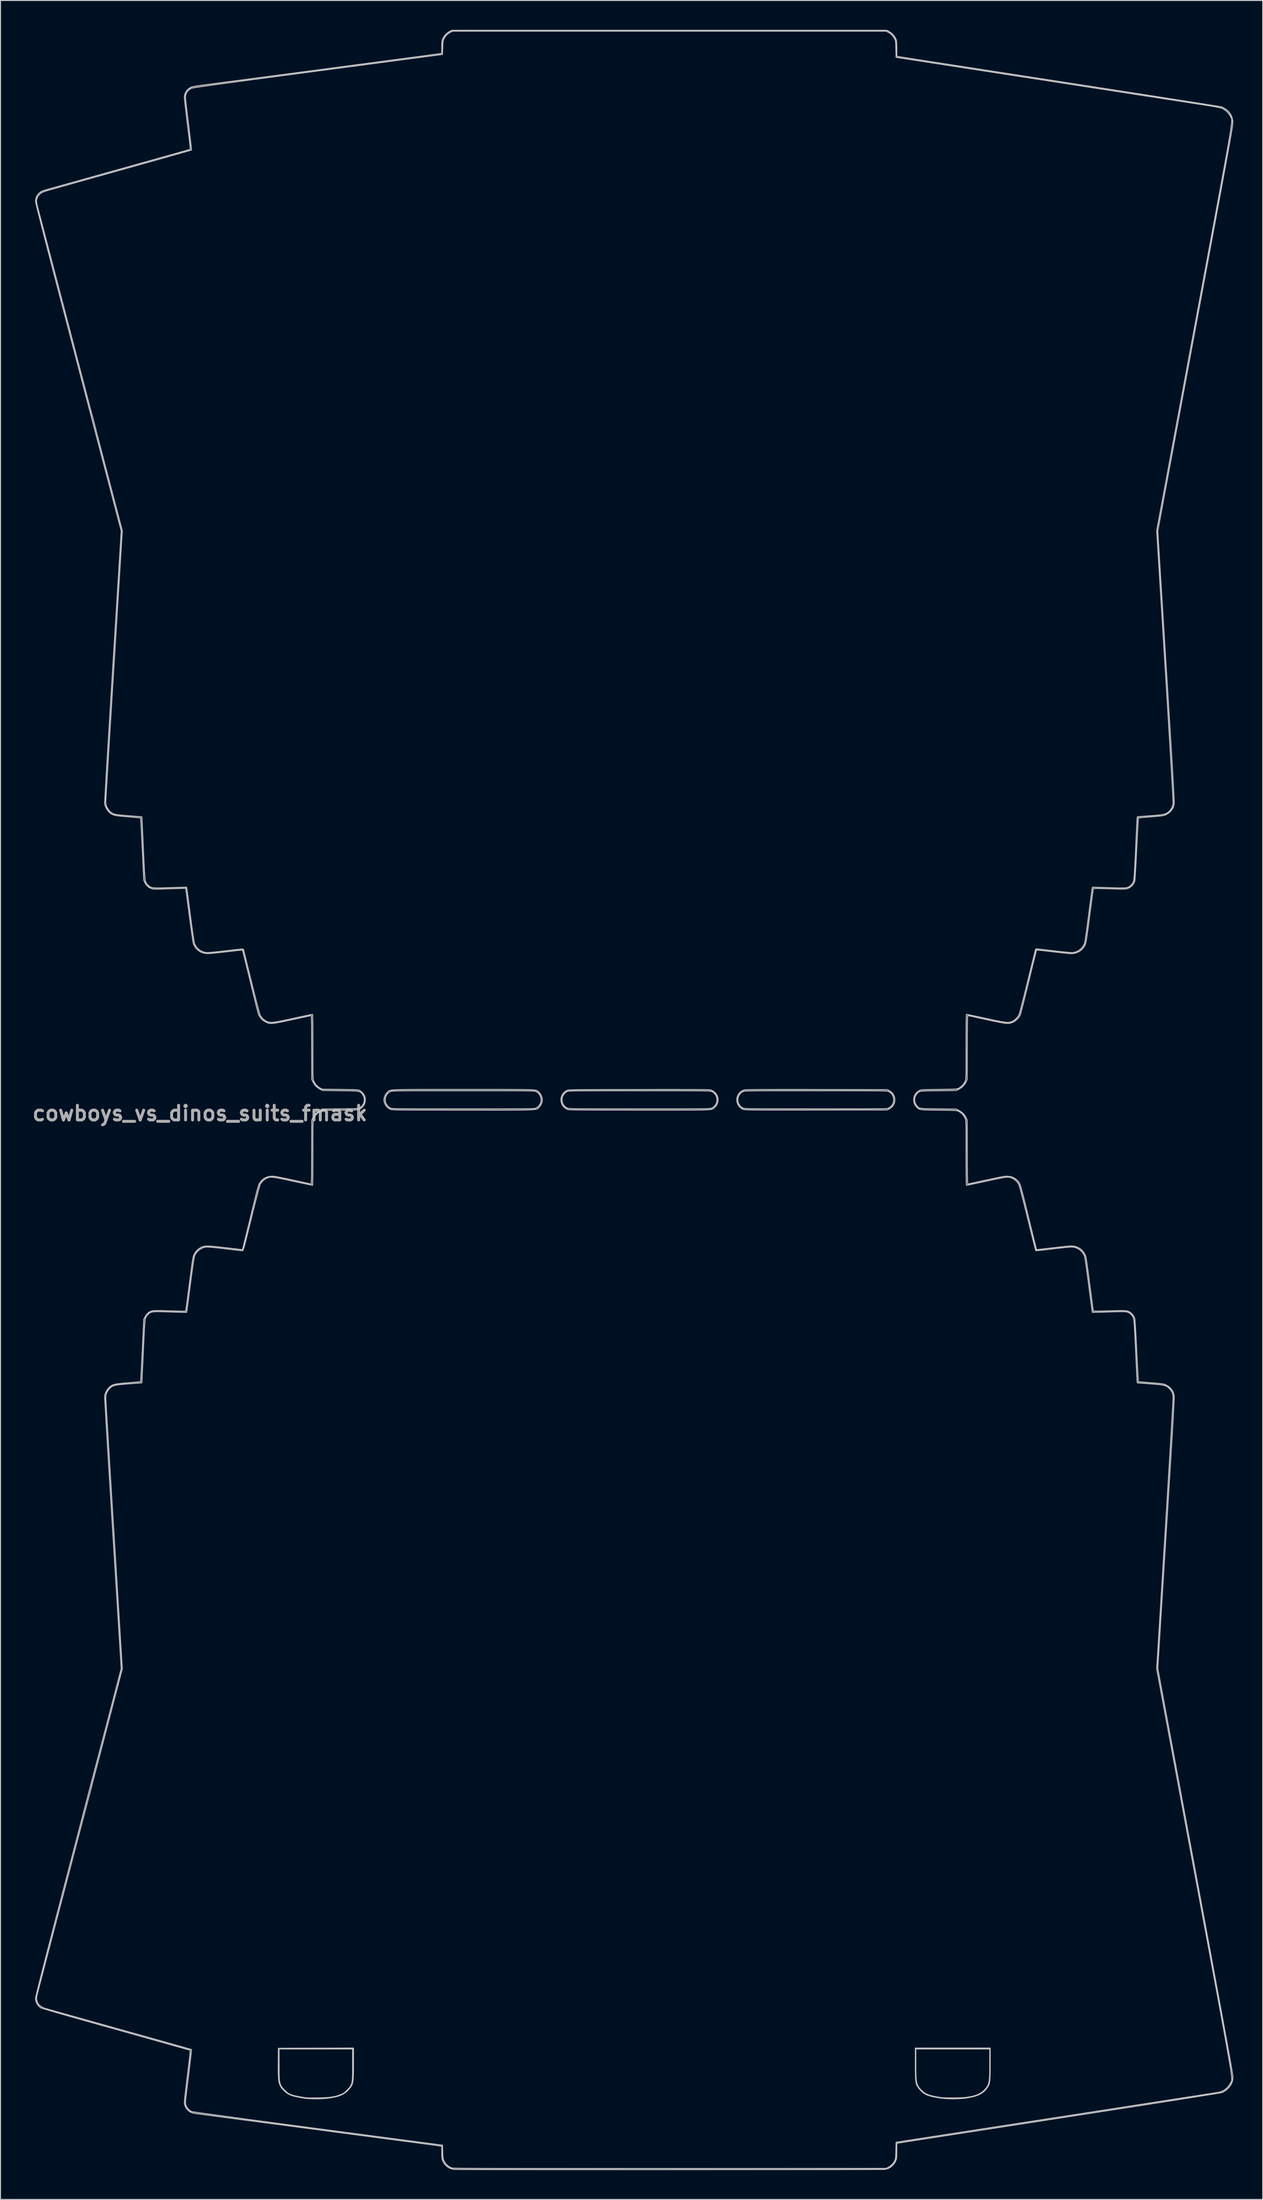
<source format=kicad_pcb>
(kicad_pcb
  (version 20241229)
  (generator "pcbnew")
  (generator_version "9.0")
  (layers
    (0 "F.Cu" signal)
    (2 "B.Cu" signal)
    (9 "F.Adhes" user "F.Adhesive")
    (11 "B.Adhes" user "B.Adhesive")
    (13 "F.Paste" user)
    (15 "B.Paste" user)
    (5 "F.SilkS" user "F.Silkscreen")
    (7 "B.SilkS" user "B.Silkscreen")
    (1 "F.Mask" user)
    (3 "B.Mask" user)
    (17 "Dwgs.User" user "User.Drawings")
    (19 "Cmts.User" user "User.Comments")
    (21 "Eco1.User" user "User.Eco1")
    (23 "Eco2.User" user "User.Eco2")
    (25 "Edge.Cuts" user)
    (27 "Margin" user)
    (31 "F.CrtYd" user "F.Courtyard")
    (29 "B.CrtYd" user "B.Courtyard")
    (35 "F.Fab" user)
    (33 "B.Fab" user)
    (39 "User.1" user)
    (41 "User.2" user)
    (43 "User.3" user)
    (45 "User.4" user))
  (footprint "cowboys_vs_dinos_suits_fmask"
    (layer "F.Cu")
    (at 61.857 109.46)
    (property "Reference" "cowboys_vs_dinos_suits_fmask" (at -44.45 1.36 0) (layer "F.Fab") (effects (font (size 1.5 1.5) (thickness 0.3))))
    (attr board_only exclude_from_pos_files exclude_from_bom)
    (fp_poly (pts (xy -39.973 -96.713) (xy -39.854 -96.353) (xy -39.815 -95.982) (xy -39.855 -95.612) (xy -39.971 -95.257) (xy -40.161 -94.93) (xy -40.34 -94.72) (xy -40.588 -94.507) (xy -40.828 -94.379) (xy -41.063 -94.332) (xy -41.078 -94.331) (xy -41.185 -94.335) (xy -41.226 -94.36) (xy -41.222 -94.429) (xy -41.215 -94.465) (xy -41.126 -94.735) (xy -40.97 -95.05) (xy -40.745 -95.41) (xy -40.465 -95.8) (xy -40.304 -96.019) (xy -40.192 -96.193) (xy -40.121 -96.34) (xy -40.082 -96.479) (xy -40.066 -96.63) (xy -40.065 -96.677) (xy -40.062 -96.905)) (stroke (width 0) (type solid)) (fill yes) (layer "F.Mask"))
    (fp_poly (pts (xy 19.916 -102.946) (xy 20.019 -102.869) (xy 20.14 -102.763) (xy 20.267 -102.64) (xy 20.386 -102.511) (xy 20.485 -102.389) (xy 20.532 -102.317) (xy 20.586 -102.206) (xy 20.643 -102.06) (xy 20.696 -101.901) (xy 20.737 -101.752) (xy 20.761 -101.636) (xy 20.76 -101.576) (xy 20.758 -101.574) (xy 20.718 -101.589) (xy 20.63 -101.647) (xy 20.521 -101.729) (xy 20.302 -101.941) (xy 20.121 -102.202) (xy 19.969 -102.527) (xy 19.931 -102.63) (xy 19.877 -102.782) (xy 19.838 -102.9) (xy 19.819 -102.962) (xy 19.818 -102.966) (xy 19.845 -102.982)) (stroke (width 0) (type solid)) (fill yes) (layer "F.Mask"))
    (fp_poly (pts (xy 20.767 -101.288) (xy 20.77 -101.236) (xy 20.755 -101.144) (xy 20.73 -101.104) (xy 20.691 -101.054) (xy 20.632 -100.949) (xy 20.583 -100.848) (xy 20.419 -100.57) (xy 20.203 -100.326) (xy 19.963 -100.144) (xy 19.824 -100.075) (xy 19.662 -100.012) (xy 19.497 -99.961) (xy 19.348 -99.926) (xy 19.234 -99.913) (xy 19.174 -99.927) (xy 19.169 -99.939) (xy 19.188 -99.987) (xy 19.238 -100.091) (xy 19.308 -100.23) (xy 19.326 -100.263) (xy 19.539 -100.609) (xy 19.78 -100.881) (xy 20.061 -101.087) (xy 20.396 -101.238) (xy 20.651 -101.313) (xy 20.736 -101.324)) (stroke (width 0) (type solid)) (fill yes) (layer "F.Mask"))
    (fp_poly (pts (xy -56.635 -87.763) (xy -56.668 -87.673) (xy -56.731 -87.545) (xy -56.742 -87.526) (xy -56.86 -87.29) (xy -56.92 -87.097) (xy -56.925 -86.931) (xy -56.885 -86.787) (xy -56.819 -86.628) (xy -56.944 -86.628) (xy -57.162 -86.588) (xy -57.367 -86.478) (xy -57.535 -86.313) (xy -57.619 -86.174) (xy -57.65 -86.11) (xy -57.667 -86.098) (xy -57.675 -86.149) (xy -57.678 -86.273) (xy -57.678 -86.328) (xy -57.641 -86.692) (xy -57.528 -87.026) (xy -57.343 -87.318) (xy -57.302 -87.366) (xy -57.171 -87.492) (xy -57.015 -87.612) (xy -56.856 -87.713) (xy -56.718 -87.779) (xy -56.639 -87.797)) (stroke (width 0) (type solid)) (fill yes) (layer "F.Mask"))
    (fp_poly (pts (xy -43.059 -96.429) (xy -43.04 -96.262) (xy -42.985 -96.112) (xy -42.883 -95.96) (xy -42.722 -95.79) (xy -42.635 -95.708) (xy -42.287 -95.38) (xy -42.006 -95.096) (xy -41.788 -94.85) (xy -41.635 -94.647) (xy -41.548 -94.515) (xy -41.483 -94.412) (xy -41.454 -94.357) (xy -41.453 -94.355) (xy -41.491 -94.332) (xy -41.593 -94.34) (xy -41.743 -94.377) (xy -41.915 -94.434) (xy -42.277 -94.611) (xy -42.583 -94.849) (xy -42.828 -95.139) (xy -43.005 -95.474) (xy -43.108 -95.846) (xy -43.128 -96.018) (xy -43.132 -96.198) (xy -43.122 -96.372) (xy -43.105 -96.472) (xy -43.063 -96.645)) (stroke (width 0) (type solid)) (fill yes) (layer "F.Mask"))
    (fp_poly (pts (xy 19.214 -103.196) (xy 19.255 -103.18) (xy 19.256 -103.179) (xy 19.228 -103.12) (xy 19.156 -103.016) (xy 19.053 -102.884) (xy 18.934 -102.744) (xy 18.813 -102.611) (xy 18.715 -102.514) (xy 18.409 -102.287) (xy 18.048 -102.122) (xy 17.963 -102.094) (xy 17.802 -102.049) (xy 17.709 -102.036) (xy 17.67 -102.056) (xy 17.673 -102.112) (xy 17.678 -102.13) (xy 17.752 -102.313) (xy 17.862 -102.514) (xy 17.99 -102.704) (xy 18.115 -102.851) (xy 18.143 -102.877) (xy 18.291 -102.982) (xy 18.458 -103.07) (xy 18.514 -103.092) (xy 18.648 -103.13) (xy 18.806 -103.161) (xy 18.968 -103.184) (xy 19.111 -103.197)) (stroke (width 0) (type solid)) (fill yes) (layer "F.Mask"))
    (fp_poly (pts (xy 17.656 -101.692) (xy 17.737 -101.646) (xy 17.798 -101.604) (xy 18.074 -101.374) (xy 18.284 -101.116) (xy 18.344 -101.012) (xy 18.398 -100.88) (xy 18.453 -100.703) (xy 18.502 -100.51) (xy 18.538 -100.327) (xy 18.556 -100.181) (xy 18.554 -100.119) (xy 18.535 -100.064) (xy 18.488 -100.078) (xy 18.463 -100.096) (xy 18.406 -100.167) (xy 18.398 -100.217) (xy 18.378 -100.264) (xy 18.286 -100.29) (xy 18.251 -100.294) (xy 18.081 -100.35) (xy 17.929 -100.485) (xy 17.798 -100.693) (xy 17.691 -100.967) (xy 17.614 -101.301) (xy 17.611 -101.322) (xy 17.592 -101.473) (xy 17.587 -101.598) (xy 17.593 -101.654) (xy 17.615 -101.694)) (stroke (width 0) (type solid)) (fill yes) (layer "F.Mask"))
    (fp_poly (pts (xy -41.284 -97.833) (xy -40.948 -97.727) (xy -40.836 -97.672) (xy -40.709 -97.597) (xy -40.61 -97.528) (xy -40.577 -97.497) (xy -40.553 -97.457) (xy -40.585 -97.448) (xy -40.685 -97.463) (xy -40.92 -97.465) (xy -41.141 -97.388) (xy -41.336 -97.236) (xy -41.495 -97.017) (xy -41.515 -96.981) (xy -41.563 -96.889) (xy -41.593 -96.842) (xy -41.595 -96.84) (xy -41.628 -96.869) (xy -41.7 -96.943) (xy -41.763 -97.008) (xy -41.971 -97.181) (xy -42.191 -97.278) (xy -42.413 -97.297) (xy -42.625 -97.237) (xy -42.774 -97.136) (xy -42.873 -97.058) (xy -42.917 -97.044) (xy -42.904 -97.093) (xy -42.835 -97.203) (xy -42.795 -97.259) (xy -42.558 -97.512) (xy -42.276 -97.698) (xy -41.961 -97.815) (xy -41.626 -97.861)) (stroke (width 0) (type solid)) (fill yes) (layer "F.Mask"))
    (fp_poly (pts (xy -56.086 -85.39) (xy -56.08 -85.32) (xy -56.079 -85.239) (xy -56.098 -85.074) (xy -56.166 -84.916) (xy -56.213 -84.839) (xy -56.299 -84.684) (xy -56.317 -84.579) (xy -56.266 -84.521) (xy -56.178 -84.507) (xy -56.085 -84.492) (xy -55.962 -84.455) (xy -55.837 -84.407) (xy -55.738 -84.358) (xy -55.69 -84.32) (xy -55.69 -84.315) (xy -55.729 -84.298) (xy -55.832 -84.299) (xy -55.981 -84.315) (xy -56.111 -84.337) (xy -56.424 -84.435) (xy -56.74 -84.6) (xy -57.033 -84.816) (xy -57.15 -84.926) (xy -57.286 -85.071) (xy -57.376 -85.179) (xy -57.417 -85.245) (xy -57.404 -85.263) (xy -57.335 -85.227) (xy -57.301 -85.203) (xy -57.106 -85.107) (xy -56.88 -85.065) (xy -56.645 -85.075) (xy -56.424 -85.134) (xy -56.24 -85.24) (xy -56.147 -85.34) (xy -56.105 -85.393)) (stroke (width 0) (type solid)) (fill yes) (layer "F.Mask"))
    (fp_poly (pts (xy -56.055 -87.864) (xy -55.886 -87.833) (xy -55.701 -87.784) (xy -55.521 -87.722) (xy -55.369 -87.654) (xy -55.151 -87.512) (xy -54.924 -87.323) (xy -54.713 -87.109) (xy -54.542 -86.895) (xy -54.471 -86.779) (xy -54.321 -86.423) (xy -54.243 -86.054) (xy -54.236 -85.689) (xy -54.301 -85.344) (xy -54.365 -85.177) (xy -54.46 -85.012) (xy -54.594 -84.829) (xy -54.748 -84.651) (xy -54.902 -84.501) (xy -55.037 -84.402) (xy -55.049 -84.396) (xy -55.169 -84.35) (xy -55.274 -84.337) (xy -55.336 -84.359) (xy -55.343 -84.381) (xy -55.303 -84.5) (xy -55.188 -84.62) (xy -55.105 -84.676) (xy -55.009 -84.749) (xy -54.984 -84.821) (xy -55.033 -84.902) (xy -55.158 -85.002) (xy -55.222 -85.043) (xy -55.326 -85.123) (xy -55.435 -85.228) (xy -55.535 -85.34) (xy -55.608 -85.44) (xy -55.64 -85.51) (xy -55.636 -85.528) (xy -55.588 -85.525) (xy -55.492 -85.495) (xy -55.46 -85.482) (xy -55.225 -85.422) (xy -54.975 -85.424) (xy -54.733 -85.48) (xy -54.519 -85.586) (xy -54.354 -85.735) (xy -54.3 -85.816) (xy -54.292 -85.891) (xy -54.306 -86.026) (xy -54.337 -86.2) (xy -54.381 -86.39) (xy -54.433 -86.576) (xy -54.483 -86.72) (xy -54.567 -86.827) (xy -54.713 -86.911) (xy -54.897 -86.968) (xy -55.098 -86.994) (xy -55.292 -86.985) (xy -55.456 -86.936) (xy -55.492 -86.916) (xy -55.588 -86.859) (xy -55.633 -86.861) (xy -55.646 -86.931) (xy -55.646 -86.985) (xy -55.675 -87.143) (xy -55.765 -87.307) (xy -55.924 -87.486) (xy -56.053 -87.604) (xy -56.178 -87.721) (xy -56.248 -87.808) (xy -56.256 -87.853) (xy -56.185 -87.872)) (stroke (width 0) (type solid)) (fill yes) (layer "F.Mask"))
    (fp_poly (pts (xy -16.125 -104.298) (xy -15.981 -104.276) (xy -15.839 -104.228) (xy -15.691 -104.158) (xy -15.348 -103.946) (xy -15.064 -103.681) (xy -14.844 -103.372) (xy -14.69 -103.031) (xy -14.609 -102.667) (xy -14.603 -102.292) (xy -14.678 -101.915) (xy -14.717 -101.801) (xy -14.835 -101.564) (xy -15.002 -101.314) (xy -15.197 -101.081) (xy -15.398 -100.893) (xy -15.461 -100.847) (xy -15.783 -100.671) (xy -16.127 -100.569) (xy -16.476 -100.545) (xy -16.756 -100.584) (xy -17.128 -100.717) (xy -17.445 -100.915) (xy -17.705 -101.177) (xy -17.905 -101.497) (xy -18.042 -101.875) (xy -18.103 -102.206) (xy -18.105 -102.361) (xy -17.8 -102.361) (xy -17.791 -102.136) (xy -17.7 -101.93) (xy -17.608 -101.82) (xy -17.413 -101.68) (xy -17.195 -101.618) (xy -16.969 -101.636) (xy -16.75 -101.733) (xy -16.666 -101.796) (xy -16.564 -101.876) (xy -16.516 -101.895) (xy -16.51 -101.851) (xy -16.527 -101.781) (xy -16.633 -101.527) (xy -16.785 -101.322) (xy -16.807 -101.3) (xy -16.886 -101.22) (xy -16.92 -101.162) (xy -16.9 -101.122) (xy -16.821 -101.098) (xy -16.673 -101.085) (xy -16.449 -101.081) (xy -16.335 -101.081) (xy -16.121 -101.082) (xy -15.943 -101.087) (xy -15.815 -101.093) (xy -15.754 -101.101) (xy -15.751 -101.103) (xy -15.776 -101.145) (xy -15.842 -101.235) (xy -15.936 -101.353) (xy -15.941 -101.36) (xy -16.078 -101.542) (xy -16.158 -101.682) (xy -16.181 -101.774) (xy -16.147 -101.815) (xy -16.057 -101.799) (xy -15.955 -101.749) (xy -15.726 -101.658) (xy -15.498 -101.641) (xy -15.286 -101.692) (xy -15.108 -101.808) (xy -14.978 -101.985) (xy -14.97 -102.001) (xy -14.899 -102.215) (xy -14.899 -102.409) (xy -14.97 -102.613) (xy -14.971 -102.615) (xy -15.029 -102.704) (xy -15.132 -102.836) (xy -15.27 -102.997) (xy -15.431 -103.177) (xy -15.606 -103.365) (xy -15.783 -103.549) (xy -15.951 -103.717) (xy -16.1 -103.859) (xy -16.218 -103.963) (xy -16.295 -104.018) (xy -16.312 -104.023) (xy -16.369 -103.994) (xy -16.474 -103.914) (xy -16.616 -103.793) (xy -16.782 -103.644) (xy -16.961 -103.477) (xy -17.14 -103.303) (xy -17.309 -103.134) (xy -17.454 -102.98) (xy -17.564 -102.854) (xy -17.574 -102.841) (xy -17.728 -102.597) (xy -17.8 -102.361) (xy -18.105 -102.361) (xy -18.107 -102.578) (xy -18.036 -102.939) (xy -17.897 -103.277) (xy -17.698 -103.583) (xy -17.449 -103.847) (xy -17.158 -104.06) (xy -16.832 -104.211) (xy -16.481 -104.292) (xy -16.312 -104.302)) (stroke (width 0) (type solid)) (fill yes) (layer "F.Mask"))
    (fp_poly (pts (xy 36.433 98.582) (xy 36.431 99.054) (xy 36.428 99.449) (xy 36.421 99.776) (xy 36.411 100.043) (xy 36.395 100.259) (xy 36.373 100.434) (xy 36.345 100.576) (xy 36.308 100.695) (xy 36.263 100.799) (xy 36.208 100.897) (xy 36.182 100.938) (xy 35.979 101.213) (xy 35.748 101.443) (xy 35.479 101.634) (xy 35.163 101.79) (xy 34.791 101.915) (xy 34.352 102.015) (xy 33.838 102.094) (xy 33.836 102.094) (xy 33.436 102.132) (xy 32.989 102.153) (xy 32.523 102.156) (xy 32.064 102.144) (xy 31.641 102.114) (xy 31.328 102.077) (xy 30.893 102.005) (xy 30.532 101.933) (xy 30.235 101.857) (xy 29.989 101.771) (xy 29.783 101.673) (xy 29.605 101.558) (xy 29.443 101.422) (xy 29.411 101.392) (xy 29.269 101.242) (xy 29.133 101.081) (xy 29.031 100.944) (xy 29.027 100.938) (xy 28.968 100.839) (xy 28.918 100.739) (xy 28.878 100.627) (xy 28.847 100.496) (xy 28.822 100.336) (xy 28.804 100.137) (xy 28.792 99.892) (xy 28.784 99.591) (xy 28.779 99.225) (xy 28.777 98.786) (xy 28.777 98.582) (xy 28.775 97.057) (xy 28.818 97.057) (xy 28.818 98.568) (xy 28.82 99.061) (xy 28.824 99.477) (xy 28.835 99.825) (xy 28.854 100.115) (xy 28.883 100.355) (xy 28.924 100.555) (xy 28.98 100.725) (xy 29.052 100.873) (xy 29.143 101.01) (xy 29.255 101.144) (xy 29.39 101.284) (xy 29.455 101.348) (xy 29.611 101.486) (xy 29.784 101.603) (xy 29.984 101.702) (xy 30.223 101.79) (xy 30.512 101.868) (xy 30.863 101.942) (xy 31.286 102.015) (xy 31.371 102.029) (xy 31.532 102.045) (xy 31.762 102.057) (xy 32.043 102.065) (xy 32.36 102.069) (xy 32.694 102.069) (xy 33.029 102.064) (xy 33.347 102.056) (xy 33.631 102.044) (xy 33.864 102.028) (xy 33.989 102.015) (xy 34.464 101.936) (xy 34.863 101.838) (xy 35.198 101.717) (xy 35.477 101.568) (xy 35.711 101.389) (xy 35.755 101.348) (xy 35.9 101.202) (xy 36.021 101.066) (xy 36.121 100.932) (xy 36.2 100.79) (xy 36.263 100.631) (xy 36.31 100.444) (xy 36.344 100.222) (xy 36.367 99.955) (xy 36.381 99.633) (xy 36.388 99.246) (xy 36.391 98.787) (xy 36.391 98.568) (xy 36.391 97.057) (xy 32.605 97.057) (xy 28.818 97.057) (xy 28.775 97.057) (xy 28.775 96.97) (xy 32.605 96.97) (xy 36.434 96.97)) (stroke (width 0.1) (type solid)) (fill no) (layer "Dwgs.User"))
    (fp_poly (pts (xy -28.732 98.523) (xy -28.733 99.006) (xy -28.737 99.412) (xy -28.745 99.749) (xy -28.758 100.026) (xy -28.777 100.252) (xy -28.803 100.436) (xy -28.837 100.586) (xy -28.881 100.712) (xy -28.936 100.821) (xy -29.002 100.924) (xy -29.035 100.97) (xy -29.249 101.232) (xy -29.471 101.449) (xy -29.711 101.627) (xy -29.983 101.77) (xy -30.298 101.886) (xy -30.668 101.98) (xy -31.105 102.058) (xy -31.391 102.097) (xy -31.692 102.126) (xy -32.042 102.146) (xy -32.417 102.155) (xy -32.797 102.155) (xy -33.158 102.145) (xy -33.48 102.126) (xy -33.738 102.097) (xy -33.751 102.095) (xy -34.185 102.021) (xy -34.544 101.952) (xy -34.839 101.881) (xy -35.083 101.806) (xy -35.286 101.723) (xy -35.46 101.626) (xy -35.616 101.513) (xy -35.766 101.378) (xy -35.776 101.369) (xy -35.926 101.218) (xy -36.051 101.078) (xy -36.155 100.94) (xy -36.237 100.794) (xy -36.302 100.631) (xy -36.351 100.443) (xy -36.385 100.218) (xy -36.408 99.949) (xy -36.421 99.627) (xy -36.426 99.241) (xy -36.426 98.783) (xy -36.424 98.506) (xy -36.413 97.057) (xy -36.348 97.057) (xy -36.346 98.625) (xy -36.345 99.102) (xy -36.342 99.501) (xy -36.336 99.833) (xy -36.322 100.106) (xy -36.301 100.33) (xy -36.27 100.514) (xy -36.225 100.668) (xy -36.167 100.801) (xy -36.091 100.923) (xy -35.997 101.042) (xy -35.882 101.168) (xy -35.746 101.309) (xy -35.618 101.434) (xy -35.491 101.54) (xy -35.357 101.628) (xy -35.203 101.705) (xy -35.019 101.772) (xy -34.794 101.834) (xy -34.519 101.895) (xy -34.181 101.959) (xy -33.771 102.029) (xy -33.665 102.046) (xy -33.532 102.059) (xy -33.329 102.068) (xy -33.072 102.072) (xy -32.779 102.073) (xy -32.466 102.07) (xy -32.148 102.064) (xy -31.844 102.054) (xy -31.568 102.042) (xy -31.339 102.027) (xy -31.173 102.01) (xy -30.898 101.969) (xy -30.68 101.93) (xy -30.493 101.885) (xy -30.308 101.829) (xy -30.099 101.753) (xy -30.026 101.725) (xy -29.864 101.657) (xy -29.733 101.586) (xy -29.61 101.493) (xy -29.469 101.362) (xy -29.373 101.264) (xy -29.245 101.131) (xy -29.138 101.013) (xy -29.051 100.9) (xy -28.982 100.783) (xy -28.927 100.653) (xy -28.887 100.501) (xy -28.858 100.317) (xy -28.838 100.092) (xy -28.827 99.816) (xy -28.821 99.482) (xy -28.819 99.079) (xy -28.818 98.634) (xy -28.818 97.057) (xy -32.583 97.057) (xy -36.348 97.057) (xy -36.413 97.057) (xy -36.412 96.992) (xy -32.572 96.981) (xy -28.732 96.97)) (stroke (width 0.1) (type solid)) (fill no) (layer "Dwgs.User"))
    (fp_poly (pts (xy 16.506 -1.076) (xy 17.427 -1.075) (xy 18.432 -1.074) (xy 18.716 -1.073) (xy 25.9 -1.06) (xy 26.115 -0.95) (xy 26.351 -0.785) (xy 26.523 -0.575) (xy 26.632 -0.335) (xy 26.678 -0.077) (xy 26.659 0.183) (xy 26.577 0.433) (xy 26.432 0.657) (xy 26.223 0.843) (xy 26.115 0.906) (xy 25.9 1.017) (xy 18.651 1.025) (xy 17.71 1.026) (xy 16.851 1.027) (xy 16.071 1.027) (xy 15.366 1.027) (xy 14.733 1.027) (xy 14.167 1.026) (xy 13.664 1.025) (xy 13.221 1.024) (xy 12.835 1.022) (xy 12.5 1.019) (xy 12.213 1.016) (xy 11.971 1.013) (xy 11.77 1.009) (xy 11.605 1.004) (xy 11.474 0.999) (xy 11.371 0.993) (xy 11.294 0.986) (xy 11.238 0.979) (xy 11.2 0.971) (xy 11.194 0.969) (xy 10.95 0.85) (xy 10.748 0.666) (xy 10.6 0.432) (xy 10.515 0.161) (xy 10.499 -0.023) (xy 10.51 -0.101) (xy 10.607 -0.101) (xy 10.618 0.142) (xy 10.69 0.377) (xy 10.824 0.587) (xy 11.02 0.759) (xy 11.142 0.827) (xy 11.167 0.837) (xy 11.197 0.846) (xy 11.237 0.855) (xy 11.29 0.862) (xy 11.36 0.869) (xy 11.452 0.875) (xy 11.57 0.881) (xy 11.716 0.886) (xy 11.895 0.89) (xy 12.112 0.893) (xy 12.37 0.896) (xy 12.672 0.899) (xy 13.024 0.901) (xy 13.428 0.903) (xy 13.889 0.904) (xy 14.411 0.905) (xy 14.997 0.906) (xy 15.652 0.907) (xy 16.38 0.907) (xy 17.184 0.907) (xy 18.069 0.908) (xy 18.597 0.908) (xy 19.528 0.908) (xy 20.375 0.908) (xy 21.145 0.908) (xy 21.839 0.907) (xy 22.462 0.907) (xy 23.019 0.906) (xy 23.513 0.905) (xy 23.948 0.904) (xy 24.327 0.902) (xy 24.656 0.9) (xy 24.937 0.897) (xy 25.175 0.894) (xy 25.374 0.89) (xy 25.538 0.886) (xy 25.67 0.881) (xy 25.774 0.875) (xy 25.855 0.869) (xy 25.916 0.862) (xy 25.962 0.854) (xy 25.996 0.845) (xy 26.021 0.835) (xy 26.04 0.826) (xy 26.266 0.667) (xy 26.429 0.467) (xy 26.529 0.238) (xy 26.566 -0.005) (xy 26.541 -0.248) (xy 26.454 -0.477) (xy 26.305 -0.679) (xy 26.094 -0.838) (xy 25.996 -0.885) (xy 25.969 -0.893) (xy 25.927 -0.901) (xy 25.868 -0.909) (xy 25.786 -0.915) (xy 25.679 -0.921) (xy 25.543 -0.926) (xy 25.373 -0.931) (xy 25.166 -0.935) (xy 24.918 -0.938) (xy 24.625 -0.941) (xy 24.283 -0.944) (xy 23.888 -0.946) (xy 23.437 -0.948) (xy 22.925 -0.949) (xy 22.35 -0.95) (xy 21.706 -0.951) (xy 20.99 -0.951) (xy 20.198 -0.952) (xy 19.327 -0.952) (xy 18.585 -0.952) (xy 17.648 -0.952) (xy 16.795 -0.952) (xy 16.02 -0.951) (xy 15.32 -0.951) (xy 14.691 -0.95) (xy 14.129 -0.949) (xy 13.631 -0.947) (xy 13.192 -0.945) (xy 12.809 -0.943) (xy 12.478 -0.94) (xy 12.195 -0.937) (xy 11.956 -0.934) (xy 11.757 -0.93) (xy 11.595 -0.925) (xy 11.465 -0.92) (xy 11.364 -0.914) (xy 11.287 -0.907) (xy 11.232 -0.9) (xy 11.194 -0.892) (xy 11.173 -0.885) (xy 10.941 -0.746) (xy 10.769 -0.56) (xy 10.657 -0.34) (xy 10.607 -0.101) (xy 10.51 -0.101) (xy 10.539 -0.31) (xy 10.652 -0.569) (xy 10.829 -0.786) (xy 11.059 -0.949) (xy 11.311 -1.039) (xy 11.373 -1.046) (xy 11.497 -1.052) (xy 11.683 -1.057) (xy 11.935 -1.062) (xy 12.252 -1.066) (xy 12.639 -1.069) (xy 13.096 -1.072) (xy 13.625 -1.074) (xy 14.229 -1.076) (xy 14.909 -1.077) (xy 15.668 -1.077)) (stroke (width 0.1) (type solid)) (fill no) (layer "Dwgs.User"))
    (fp_poly (pts (xy 4.055 -1.075) (xy 4.758 -1.074) (xy 5.382 -1.073) (xy 5.93 -1.071) (xy 6.404 -1.068) (xy 6.806 -1.065) (xy 7.136 -1.061) (xy 7.397 -1.056) (xy 7.59 -1.051) (xy 7.718 -1.045) (xy 7.782 -1.038) (xy 7.784 -1.038) (xy 8.053 -0.931) (xy 8.274 -0.763) (xy 8.44 -0.548) (xy 8.545 -0.299) (xy 8.583 -0.03) (xy 8.549 0.244) (xy 8.458 0.471) (xy 8.362 0.619) (xy 8.249 0.751) (xy 8.188 0.806) (xy 8.151 0.836) (xy 8.117 0.863) (xy 8.082 0.887) (xy 8.043 0.909) (xy 7.995 0.929) (xy 7.935 0.947) (xy 7.859 0.962) (xy 7.761 0.976) (xy 7.64 0.988) (xy 7.49 0.998) (xy 7.308 1.007) (xy 7.09 1.014) (xy 6.831 1.02) (xy 6.528 1.025) (xy 6.177 1.029) (xy 5.774 1.032) (xy 5.315 1.034) (xy 4.795 1.035) (xy 4.212 1.036) (xy 3.56 1.036) (xy 2.837 1.036) (xy 2.037 1.036) (xy 1.158 1.035) (xy 0.523 1.035) (xy -0.467 1.034) (xy -1.392 1.033) (xy -2.249 1.031) (xy -3.037 1.029) (xy -3.755 1.026) (xy -4.399 1.023) (xy -4.969 1.019) (xy -5.464 1.015) (xy -5.88 1.011) (xy -6.218 1.006) (xy -6.474 1.001) (xy -6.648 0.996) (xy -6.737 0.99) (xy -6.747 0.988) (xy -6.994 0.876) (xy -7.211 0.697) (xy -7.374 0.475) (xy -7.477 0.203) (xy -7.499 -0.072) (xy -7.39 -0.072) (xy -7.372 0.173) (xy -7.293 0.405) (xy -7.155 0.611) (xy -6.958 0.776) (xy -6.859 0.828) (xy -6.834 0.838) (xy -6.802 0.847) (xy -6.761 0.856) (xy -6.705 0.863) (xy -6.631 0.87) (xy -6.536 0.876) (xy -6.414 0.881) (xy -6.262 0.886) (xy -6.076 0.89) (xy -5.853 0.894) (xy -5.587 0.897) (xy -5.276 0.899) (xy -4.915 0.901) (xy -4.501 0.903) (xy -4.029 0.904) (xy -3.495 0.905) (xy -2.896 0.906) (xy -2.227 0.907) (xy -1.484 0.907) (xy -0.665 0.908) (xy 0.236 0.908) (xy 0.531 0.908) (xy 1.466 0.908) (xy 2.317 0.908) (xy 3.09 0.907) (xy 3.788 0.907) (xy 4.414 0.906) (xy 4.974 0.905) (xy 5.47 0.904) (xy 5.906 0.902) (xy 6.287 0.9) (xy 6.617 0.897) (xy 6.898 0.894) (xy 7.136 0.89) (xy 7.333 0.886) (xy 7.494 0.881) (xy 7.622 0.876) (xy 7.722 0.87) (xy 7.798 0.864) (xy 7.852 0.856) (xy 7.89 0.848) (xy 7.909 0.841) (xy 8.141 0.703) (xy 8.312 0.518) (xy 8.423 0.299) (xy 8.474 0.06) (xy 8.464 -0.183) (xy 8.394 -0.416) (xy 8.263 -0.626) (xy 8.072 -0.798) (xy 7.909 -0.885) (xy 7.882 -0.893) (xy 7.84 -0.901) (xy 7.78 -0.909) (xy 7.699 -0.915) (xy 7.592 -0.921) (xy 7.456 -0.926) (xy 7.286 -0.931) (xy 7.078 -0.935) (xy 6.83 -0.938) (xy 6.537 -0.941) (xy 6.194 -0.944) (xy 5.799 -0.946) (xy 5.348 -0.947) (xy 4.836 -0.949) (xy 4.259 -0.95) (xy 3.615 -0.95) (xy 2.898 -0.951) (xy 2.105 -0.951) (xy 1.233 -0.951) (xy 0.531 -0.951) (xy -0.395 -0.951) (xy -1.239 -0.951) (xy -2.005 -0.95) (xy -2.696 -0.95) (xy -3.316 -0.949) (xy -3.869 -0.948) (xy -4.359 -0.947) (xy -4.791 -0.945) (xy -5.168 -0.943) (xy -5.494 -0.941) (xy -5.773 -0.938) (xy -6.009 -0.935) (xy -6.206 -0.931) (xy -6.368 -0.926) (xy -6.498 -0.921) (xy -6.602 -0.915) (xy -6.682 -0.909) (xy -6.743 -0.902) (xy -6.789 -0.894) (xy -6.824 -0.885) (xy -6.851 -0.875) (xy -6.861 -0.87) (xy -7.084 -0.727) (xy -7.246 -0.536) (xy -7.348 -0.313) (xy -7.39 -0.072) (xy -7.499 -0.072) (xy -7.5 -0.076) (xy -7.448 -0.348) (xy -7.326 -0.598) (xy -7.139 -0.814) (xy -6.894 -0.978) (xy -6.871 -0.989) (xy -6.842 -0.998) (xy -6.805 -1.007) (xy -6.755 -1.015) (xy -6.688 -1.022) (xy -6.6 -1.028) (xy -6.487 -1.034) (xy -6.346 -1.039) (xy -6.172 -1.044) (xy -5.961 -1.048) (xy -5.71 -1.051) (xy -5.413 -1.054) (xy -5.069 -1.057) (xy -4.671 -1.06) (xy -4.217 -1.062) (xy -3.703 -1.064) (xy -3.124 -1.065) (xy -2.476 -1.067) (xy -1.757 -1.068) (xy -0.96 -1.07) (xy -0.084 -1.071) (xy 0.433 -1.072) (xy 1.464 -1.074) (xy 2.41 -1.075) (xy 3.273 -1.075)) (stroke (width 0.1) (type solid)) (fill no) (layer "Dwgs.User"))
    (fp_poly (pts (xy -19.678 -1.082) (xy -18.854 -1.082) (xy -17.95 -1.082) (xy -17.502 -1.082) (xy -16.566 -1.082) (xy -15.713 -1.082) (xy -14.938 -1.082) (xy -14.238 -1.081) (xy -13.609 -1.081) (xy -13.046 -1.079) (xy -12.546 -1.078) (xy -12.105 -1.075) (xy -11.719 -1.072) (xy -11.383 -1.068) (xy -11.095 -1.063) (xy -10.849 -1.057) (xy -10.642 -1.049) (xy -10.47 -1.04) (xy -10.33 -1.03) (xy -10.216 -1.018) (xy -10.125 -1.004) (xy -10.054 -0.989) (xy -9.998 -0.972) (xy -9.952 -0.952) (xy -9.914 -0.931) (xy -9.88 -0.907) (xy -9.844 -0.881) (xy -9.824 -0.867) (xy -9.697 -0.742) (xy -9.574 -0.563) (xy -9.473 -0.363) (xy -9.413 -0.171) (xy -9.408 -0.145) (xy -9.41 0.112) (xy -9.485 0.372) (xy -9.623 0.611) (xy -9.712 0.714) (xy -9.751 0.755) (xy -9.784 0.793) (xy -9.816 0.827) (xy -9.849 0.857) (xy -9.889 0.885) (xy -9.939 0.909) (xy -10.003 0.931) (xy -10.085 0.951) (xy -10.189 0.967) (xy -10.319 0.982) (xy -10.478 0.994) (xy -10.671 1.005) (xy -10.902 1.013) (xy -11.174 1.02) (xy -11.491 1.026) (xy -11.858 1.03) (xy -12.278 1.033) (xy -12.755 1.035) (xy -13.293 1.037) (xy -13.896 1.037) (xy -14.568 1.037) (xy -15.313 1.037) (xy -16.134 1.036) (xy -17.037 1.036) (xy -17.522 1.035) (xy -18.458 1.035) (xy -19.311 1.034) (xy -20.086 1.034) (xy -20.785 1.033) (xy -21.414 1.031) (xy -21.975 1.03) (xy -22.472 1.028) (xy -22.91 1.026) (xy -23.293 1.023) (xy -23.623 1.02) (xy -23.905 1.017) (xy -24.143 1.013) (xy -24.341 1.008) (xy -24.502 1.003) (xy -24.631 0.998) (xy -24.73 0.991) (xy -24.805 0.984) (xy -24.858 0.977) (xy -24.894 0.968) (xy -24.895 0.968) (xy -25.122 0.857) (xy -25.322 0.679) (xy -25.48 0.457) (xy -25.583 0.209) (xy -25.616 -0.022) (xy -25.604 -0.101) (xy -25.481 -0.101) (xy -25.47 0.142) (xy -25.398 0.377) (xy -25.264 0.587) (xy -25.068 0.759) (xy -24.946 0.827) (xy -24.921 0.837) (xy -24.891 0.846) (xy -24.851 0.855) (xy -24.798 0.862) (xy -24.727 0.869) (xy -24.635 0.875) (xy -24.518 0.881) (xy -24.371 0.886) (xy -24.192 0.89) (xy -23.975 0.893) (xy -23.717 0.896) (xy -23.414 0.899) (xy -23.062 0.901) (xy -22.657 0.903) (xy -22.195 0.904) (xy -21.672 0.905) (xy -21.085 0.906) (xy -20.429 0.907) (xy -19.7 0.907) (xy -18.895 0.907) (xy -18.009 0.908) (xy -17.512 0.908) (xy -16.575 0.908) (xy -15.721 0.908) (xy -14.945 0.907) (xy -14.245 0.907) (xy -13.615 0.906) (xy -13.053 0.905) (xy -12.555 0.904) (xy -12.115 0.902) (xy -11.732 0.9) (xy -11.4 0.897) (xy -11.117 0.894) (xy -10.877 0.89) (xy -10.678 0.886) (xy -10.515 0.882) (xy -10.385 0.876) (xy -10.283 0.87) (xy -10.207 0.864) (xy -10.151 0.857) (xy -10.113 0.849) (xy -10.092 0.841) (xy -9.86 0.703) (xy -9.688 0.518) (xy -9.577 0.299) (xy -9.527 0.06) (xy -9.537 -0.183) (xy -9.607 -0.416) (xy -9.738 -0.626) (xy -9.929 -0.798) (xy -10.092 -0.885) (xy -10.119 -0.893) (xy -10.161 -0.901) (xy -10.22 -0.909) (xy -10.301 -0.915) (xy -10.408 -0.921) (xy -10.545 -0.926) (xy -10.715 -0.931) (xy -10.922 -0.935) (xy -11.17 -0.938) (xy -11.463 -0.941) (xy -11.805 -0.944) (xy -12.2 -0.946) (xy -12.651 -0.948) (xy -13.163 -0.949) (xy -13.738 -0.95) (xy -14.382 -0.951) (xy -15.098 -0.951) (xy -15.89 -0.952) (xy -16.761 -0.952) (xy -17.503 -0.952) (xy -18.44 -0.952) (xy -19.293 -0.952) (xy -20.068 -0.951) (xy -20.768 -0.951) (xy -21.397 -0.95) (xy -21.959 -0.949) (xy -22.457 -0.947) (xy -22.896 -0.945) (xy -23.279 -0.943) (xy -23.61 -0.94) (xy -23.893 -0.937) (xy -24.132 -0.934) (xy -24.331 -0.93) (xy -24.493 -0.925) (xy -24.623 -0.92) (xy -24.724 -0.914) (xy -24.801 -0.907) (xy -24.856 -0.9) (xy -24.894 -0.892) (xy -24.915 -0.885) (xy -25.147 -0.746) (xy -25.319 -0.56) (xy -25.431 -0.34) (xy -25.481 -0.101) (xy -25.604 -0.101) (xy -25.582 -0.247) (xy -25.489 -0.482) (xy -25.352 -0.693) (xy -25.293 -0.758) (xy -25.254 -0.799) (xy -25.221 -0.836) (xy -25.19 -0.87) (xy -25.156 -0.901) (xy -25.116 -0.928) (xy -25.066 -0.953) (xy -25.001 -0.975) (xy -24.919 -0.994) (xy -24.815 -1.011) (xy -24.685 -1.026) (xy -24.525 -1.038) (xy -24.331 -1.048) (xy -24.1 -1.057) (xy -23.827 -1.064) (xy -23.509 -1.07) (xy -23.141 -1.074) (xy -22.72 -1.077) (xy -22.242 -1.08) (xy -21.702 -1.081) (xy -21.098 -1.082) (xy -20.424 -1.082)) (stroke (width 0.1) (type solid)) (fill no) (layer "Dwgs.User"))
    (fp_poly (pts (xy 26.071 -109.296) (xy 26.367 -109.092) (xy 26.608 -108.83) (xy 26.782 -108.523) (xy 26.835 -108.373) (xy 26.848 -108.287) (xy 26.859 -108.132) (xy 26.867 -107.925) (xy 26.871 -107.684) (xy 26.872 -107.497) (xy 26.871 -107.227) (xy 26.873 -107.031) (xy 26.877 -106.897) (xy 26.887 -106.812) (xy 26.904 -106.765) (xy 26.928 -106.742) (xy 26.962 -106.731) (xy 26.968 -106.73) (xy 27.017 -106.722) (xy 27.149 -106.701) (xy 27.361 -106.668) (xy 27.649 -106.623) (xy 28.011 -106.567) (xy 28.444 -106.499) (xy 28.945 -106.422) (xy 29.51 -106.334) (xy 30.138 -106.237) (xy 30.825 -106.131) (xy 31.567 -106.016) (xy 32.363 -105.893) (xy 33.209 -105.762) (xy 34.103 -105.624) (xy 35.04 -105.479) (xy 36.019 -105.328) (xy 37.036 -105.171) (xy 38.089 -105.008) (xy 39.175 -104.84) (xy 40.289 -104.668) (xy 41.431 -104.492) (xy 42.596 -104.312) (xy 43.487 -104.175) (xy 44.669 -103.992) (xy 45.831 -103.813) (xy 46.968 -103.637) (xy 48.078 -103.465) (xy 49.159 -103.298) (xy 50.206 -103.135) (xy 51.218 -102.978) (xy 52.191 -102.827) (xy 53.123 -102.682) (xy 54.009 -102.544) (xy 54.848 -102.413) (xy 55.636 -102.289) (xy 56.37 -102.174) (xy 57.048 -102.068) (xy 57.666 -101.97) (xy 58.222 -101.883) (xy 58.712 -101.805) (xy 59.134 -101.737) (xy 59.484 -101.681) (xy 59.76 -101.636) (xy 59.958 -101.603) (xy 60.076 -101.582) (xy 60.11 -101.575) (xy 60.306 -101.488) (xy 60.519 -101.357) (xy 60.719 -101.205) (xy 60.872 -101.053) (xy 60.89 -101.03) (xy 61.073 -100.755) (xy 61.188 -100.485) (xy 61.249 -100.19) (xy 61.262 -100.021) (xy 61.262 -99.988) (xy 61.262 -99.949) (xy 61.259 -99.903) (xy 61.255 -99.846) (xy 61.247 -99.777) (xy 61.237 -99.693) (xy 61.223 -99.592) (xy 61.205 -99.472) (xy 61.183 -99.33) (xy 61.157 -99.165) (xy 61.125 -98.973) (xy 61.087 -98.753) (xy 61.044 -98.503) (xy 60.994 -98.219) (xy 60.938 -97.901) (xy 60.874 -97.545) (xy 60.803 -97.15) (xy 60.724 -96.713) (xy 60.637 -96.231) (xy 60.54 -95.704) (xy 60.435 -95.127) (xy 60.32 -94.5) (xy 60.194 -93.819) (xy 60.059 -93.083) (xy 59.912 -92.29) (xy 59.755 -91.436) (xy 59.585 -90.52) (xy 59.404 -89.54) (xy 59.21 -88.493) (xy 59.003 -87.377) (xy 58.783 -86.19) (xy 58.549 -84.929) (xy 58.301 -83.593) (xy 58.038 -82.178) (xy 57.76 -80.684) (xy 57.468 -79.106) (xy 57.43 -78.904) (xy 53.581 -58.178) (xy 54.443 -44.331) (xy 54.526 -42.986) (xy 54.605 -41.725) (xy 54.678 -40.545) (xy 54.746 -39.444) (xy 54.809 -38.42) (xy 54.867 -37.47) (xy 54.921 -36.592) (xy 54.97 -35.783) (xy 55.015 -35.041) (xy 55.055 -34.363) (xy 55.092 -33.746) (xy 55.124 -33.19) (xy 55.153 -32.69) (xy 55.178 -32.245) (xy 55.2 -31.852) (xy 55.218 -31.508) (xy 55.233 -31.212) (xy 55.245 -30.96) (xy 55.254 -30.751) (xy 55.261 -30.581) (xy 55.264 -30.449) (xy 55.265 -30.352) (xy 55.264 -30.287) (xy 55.261 -30.255) (xy 55.154 -29.913) (xy 54.975 -29.616) (xy 54.728 -29.371) (xy 54.418 -29.183) (xy 54.409 -29.179) (xy 54.333 -29.147) (xy 54.251 -29.12) (xy 54.151 -29.096) (xy 54.023 -29.075) (xy 53.856 -29.054) (xy 53.638 -29.031) (xy 53.359 -29.006) (xy 53.008 -28.977) (xy 52.892 -28.968) (xy 52.568 -28.941) (xy 52.274 -28.916) (xy 52.019 -28.893) (xy 51.815 -28.874) (xy 51.672 -28.86) (xy 51.601 -28.851) (xy 51.595 -28.849) (xy 51.591 -28.805) (xy 51.583 -28.681) (xy 51.571 -28.484) (xy 51.556 -28.221) (xy 51.539 -27.898) (xy 51.519 -27.524) (xy 51.498 -27.104) (xy 51.475 -26.645) (xy 51.45 -26.154) (xy 51.427 -25.678) (xy 51.401 -25.159) (xy 51.376 -24.661) (xy 51.35 -24.194) (xy 51.326 -23.764) (xy 51.303 -23.379) (xy 51.282 -23.045) (xy 51.263 -22.77) (xy 51.247 -22.56) (xy 51.234 -22.424) (xy 51.225 -22.371) (xy 51.094 -22.097) (xy 50.895 -21.867) (xy 50.643 -21.694) (xy 50.389 -21.599) (xy 50.292 -21.587) (xy 50.117 -21.58) (xy 49.862 -21.579) (xy 49.526 -21.583) (xy 49.107 -21.593) (xy 48.615 -21.607) (xy 48.251 -21.618) (xy 47.915 -21.627) (xy 47.617 -21.632) (xy 47.365 -21.636) (xy 47.171 -21.636) (xy 47.043 -21.633) (xy 46.991 -21.628) (xy 46.991 -21.627) (xy 46.981 -21.58) (xy 46.962 -21.454) (xy 46.934 -21.257) (xy 46.898 -20.997) (xy 46.855 -20.681) (xy 46.806 -20.316) (xy 46.752 -19.91) (xy 46.695 -19.471) (xy 46.635 -19.005) (xy 46.63 -18.965) (xy 46.568 -18.49) (xy 46.508 -18.035) (xy 46.451 -17.608) (xy 46.397 -17.217) (xy 46.349 -16.871) (xy 46.307 -16.578) (xy 46.272 -16.345) (xy 46.245 -16.182) (xy 46.228 -16.097) (xy 46.228 -16.097) (xy 46.098 -15.767) (xy 45.9 -15.484) (xy 45.646 -15.256) (xy 45.346 -15.09) (xy 45.009 -14.994) (xy 44.756 -14.973) (xy 44.642 -14.978) (xy 44.454 -14.992) (xy 44.204 -15.015) (xy 43.903 -15.045) (xy 43.564 -15.081) (xy 43.198 -15.122) (xy 42.818 -15.167) (xy 42.813 -15.167) (xy 42.448 -15.211) (xy 42.111 -15.25) (xy 41.811 -15.284) (xy 41.558 -15.313) (xy 41.361 -15.334) (xy 41.23 -15.347) (xy 41.174 -15.351) (xy 41.172 -15.351) (xy 41.161 -15.308) (xy 41.131 -15.189) (xy 41.084 -15.001) (xy 41.022 -14.754) (xy 40.948 -14.453) (xy 40.863 -14.109) (xy 40.769 -13.727) (xy 40.668 -13.317) (xy 40.634 -13.176) (xy 40.46 -12.468) (xy 40.306 -11.839) (xy 40.169 -11.284) (xy 40.05 -10.798) (xy 39.945 -10.377) (xy 39.855 -10.016) (xy 39.778 -9.709) (xy 39.712 -9.452) (xy 39.657 -9.24) (xy 39.611 -9.068) (xy 39.573 -8.931) (xy 39.541 -8.824) (xy 39.515 -8.742) (xy 39.493 -8.68) (xy 39.474 -8.634) (xy 39.462 -8.61) (xy 39.296 -8.368) (xy 39.065 -8.149) (xy 38.791 -7.975) (xy 38.756 -7.958) (xy 38.65 -7.911) (xy 38.547 -7.874) (xy 38.439 -7.849) (xy 38.317 -7.835) (xy 38.174 -7.835) (xy 38.002 -7.848) (xy 37.792 -7.876) (xy 37.535 -7.919) (xy 37.225 -7.979) (xy 36.852 -8.055) (xy 36.408 -8.149) (xy 36.061 -8.224) (xy 35.675 -8.307) (xy 35.314 -8.386) (xy 34.987 -8.457) (xy 34.702 -8.52) (xy 34.47 -8.571) (xy 34.298 -8.609) (xy 34.197 -8.632) (xy 34.174 -8.637) (xy 34.161 -8.638) (xy 34.148 -8.625) (xy 34.138 -8.595) (xy 34.129 -8.541) (xy 34.121 -8.458) (xy 34.115 -8.34) (xy 34.11 -8.182) (xy 34.105 -7.977) (xy 34.101 -7.72) (xy 34.098 -7.406) (xy 34.095 -7.028) (xy 34.093 -6.582) (xy 34.091 -6.061) (xy 34.088 -5.46) (xy 34.088 -5.379) (xy 34.076 -2.099) (xy 33.951 -1.828) (xy 33.766 -1.53) (xy 33.514 -1.282) (xy 33.199 -1.09) (xy 33.196 -1.089) (xy 32.951 -0.974) (xy 31.133 -0.952) (xy 30.67 -0.946) (xy 30.286 -0.941) (xy 29.971 -0.935) (xy 29.718 -0.926) (xy 29.518 -0.913) (xy 29.363 -0.896) (xy 29.245 -0.873) (xy 29.155 -0.843) (xy 29.086 -0.805) (xy 29.028 -0.756) (xy 28.974 -0.697) (xy 28.915 -0.626) (xy 28.915 -0.626) (xy 28.768 -0.384) (xy 28.699 -0.121) (xy 28.709 0.147) (xy 28.798 0.406) (xy 28.915 0.583) (xy 28.974 0.654) (xy 29.028 0.713) (xy 29.085 0.761) (xy 29.155 0.8) (xy 29.244 0.83) (xy 29.362 0.853) (xy 29.517 0.87) (xy 29.716 0.882) (xy 29.969 0.891) (xy 30.284 0.898) (xy 30.668 0.903) (xy 31.13 0.909) (xy 31.134 0.909) (xy 32.953 0.93) (xy 33.239 1.071) (xy 33.542 1.263) (xy 33.781 1.51) (xy 33.962 1.812) (xy 34.076 2.055) (xy 34.088 5.336) (xy 34.09 5.947) (xy 34.093 6.478) (xy 34.095 6.933) (xy 34.098 7.319) (xy 34.101 7.641) (xy 34.105 7.904) (xy 34.109 8.115) (xy 34.114 8.28) (xy 34.121 8.402) (xy 34.128 8.489) (xy 34.137 8.547) (xy 34.147 8.58) (xy 34.159 8.594) (xy 34.173 8.595) (xy 34.174 8.595) (xy 34.231 8.581) (xy 34.364 8.552) (xy 34.563 8.508) (xy 34.819 8.452) (xy 35.124 8.385) (xy 35.468 8.31) (xy 35.842 8.229) (xy 36.088 8.176) (xy 36.54 8.079) (xy 36.917 7.999) (xy 37.226 7.935) (xy 37.478 7.885) (xy 37.68 7.848) (xy 37.842 7.822) (xy 37.972 7.805) (xy 38.078 7.797) (xy 38.171 7.796) (xy 38.251 7.799) (xy 38.601 7.857) (xy 38.909 7.99) (xy 39.183 8.201) (xy 39.203 8.221) (xy 39.25 8.267) (xy 39.292 8.308) (xy 39.33 8.349) (xy 39.365 8.394) (xy 39.4 8.449) (xy 39.436 8.519) (xy 39.473 8.609) (xy 39.514 8.723) (xy 39.56 8.866) (xy 39.612 9.043) (xy 39.672 9.26) (xy 39.74 9.52) (xy 39.82 9.829) (xy 39.911 10.192) (xy 40.016 10.614) (xy 40.135 11.099) (xy 40.271 11.652) (xy 40.425 12.278) (xy 40.597 12.983) (xy 40.634 13.133) (xy 40.736 13.551) (xy 40.832 13.943) (xy 40.921 14.301) (xy 40.999 14.616) (xy 41.065 14.882) (xy 41.117 15.091) (xy 41.152 15.233) (xy 41.17 15.302) (xy 41.172 15.308) (xy 41.216 15.305) (xy 41.335 15.294) (xy 41.522 15.274) (xy 41.767 15.246) (xy 42.06 15.213) (xy 42.392 15.174) (xy 42.754 15.131) (xy 42.813 15.124) (xy 43.193 15.079) (xy 43.558 15.038) (xy 43.896 15.002) (xy 44.195 14.972) (xy 44.444 14.949) (xy 44.63 14.934) (xy 44.742 14.928) (xy 44.744 14.928) (xy 45.099 14.969) (xy 45.427 15.084) (xy 45.716 15.267) (xy 45.955 15.509) (xy 46.136 15.802) (xy 46.23 16.066) (xy 46.247 16.157) (xy 46.275 16.325) (xy 46.31 16.563) (xy 46.353 16.861) (xy 46.403 17.212) (xy 46.456 17.606) (xy 46.514 18.035) (xy 46.574 18.492) (xy 46.633 18.944) (xy 46.693 19.409) (xy 46.75 19.849) (xy 46.804 20.256) (xy 46.853 20.623) (xy 46.896 20.941) (xy 46.932 21.204) (xy 46.961 21.404) (xy 46.981 21.533) (xy 46.991 21.585) (xy 46.991 21.585) (xy 47.038 21.591) (xy 47.162 21.594) (xy 47.352 21.594) (xy 47.601 21.592) (xy 47.897 21.586) (xy 48.231 21.578) (xy 48.593 21.568) (xy 48.615 21.567) (xy 49.066 21.554) (xy 49.44 21.544) (xy 49.745 21.539) (xy 49.991 21.54) (xy 50.188 21.547) (xy 50.343 21.561) (xy 50.467 21.583) (xy 50.568 21.613) (xy 50.655 21.653) (xy 50.738 21.702) (xy 50.796 21.741) (xy 51 21.929) (xy 51.159 22.17) (xy 51.225 22.328) (xy 51.235 22.396) (xy 51.249 22.544) (xy 51.266 22.764) (xy 51.285 23.051) (xy 51.307 23.397) (xy 51.33 23.795) (xy 51.355 24.238) (xy 51.381 24.721) (xy 51.407 25.235) (xy 51.427 25.635) (xy 51.452 26.149) (xy 51.477 26.638) (xy 51.5 27.094) (xy 51.521 27.511) (xy 51.541 27.882) (xy 51.558 28.2) (xy 51.573 28.459) (xy 51.584 28.651) (xy 51.593 28.769) (xy 51.597 28.808) (xy 51.643 28.815) (xy 51.763 28.828) (xy 51.946 28.846) (xy 52.179 28.866) (xy 52.45 28.888) (xy 52.667 28.906) (xy 53.066 28.937) (xy 53.389 28.963) (xy 53.646 28.986) (xy 53.848 29.006) (xy 54.003 29.025) (xy 54.123 29.045) (xy 54.217 29.066) (xy 54.296 29.09) (xy 54.369 29.12) (xy 54.421 29.142) (xy 54.726 29.325) (xy 54.972 29.569) (xy 55.152 29.864) (xy 55.26 30.205) (xy 55.261 30.211) (xy 55.264 30.249) (xy 55.265 30.316) (xy 55.264 30.417) (xy 55.26 30.552) (xy 55.254 30.725) (xy 55.244 30.938) (xy 55.232 31.194) (xy 55.217 31.494) (xy 55.198 31.842) (xy 55.176 32.24) (xy 55.151 32.69) (xy 55.122 33.195) (xy 55.089 33.757) (xy 55.052 34.379) (xy 55.011 35.062) (xy 54.966 35.811) (xy 54.916 36.626) (xy 54.862 37.511) (xy 54.803 38.467) (xy 54.74 39.498) (xy 54.671 40.606) (xy 54.598 41.793) (xy 54.519 43.062) (xy 54.443 44.288) (xy 53.581 58.134) (xy 57.426 78.846) (xy 57.738 80.526) (xy 58.034 82.123) (xy 58.315 83.638) (xy 58.581 85.073) (xy 58.833 86.429) (xy 59.07 87.709) (xy 59.292 88.914) (xy 59.502 90.046) (xy 59.697 91.106) (xy 59.88 92.097) (xy 60.049 93.019) (xy 60.207 93.874) (xy 60.352 94.665) (xy 60.485 95.393) (xy 60.606 96.059) (xy 60.716 96.665) (xy 60.816 97.213) (xy 60.904 97.705) (xy 60.982 98.142) (xy 61.05 98.526) (xy 61.109 98.859) (xy 61.157 99.142) (xy 61.197 99.377) (xy 61.228 99.565) (xy 61.251 99.709) (xy 61.265 99.811) (xy 61.271 99.87) (xy 61.272 99.881) (xy 61.262 100.077) (xy 61.236 100.273) (xy 61.203 100.417) (xy 61.061 100.728) (xy 60.851 101.017) (xy 60.59 101.265) (xy 60.297 101.453) (xy 60.165 101.51) (xy 60.117 101.522) (xy 60.011 101.542) (xy 59.846 101.572) (xy 59.621 101.61) (xy 59.335 101.658) (xy 58.987 101.715) (xy 58.577 101.781) (xy 58.103 101.857) (xy 57.564 101.943) (xy 56.959 102.039) (xy 56.288 102.145) (xy 55.549 102.262) (xy 54.742 102.388) (xy 53.865 102.526) (xy 52.917 102.674) (xy 51.898 102.832) (xy 50.806 103.002) (xy 49.641 103.183) (xy 48.401 103.376) (xy 47.086 103.58) (xy 45.695 103.795) (xy 44.226 104.022) (xy 42.679 104.261) (xy 41.053 104.513) (xy 39.347 104.776) (xy 37.559 105.052) (xy 35.689 105.341) (xy 33.736 105.642) (xy 31.699 105.956) (xy 30.744 106.103) (xy 30.191 106.188) (xy 29.661 106.27) (xy 29.161 106.347) (xy 28.696 106.419) (xy 28.273 106.485) (xy 27.899 106.543) (xy 27.581 106.593) (xy 27.324 106.634) (xy 27.135 106.664) (xy 27.021 106.682) (xy 26.989 106.688) (xy 26.87 106.713) (xy 26.872 107.456) (xy 26.871 107.711) (xy 26.865 107.944) (xy 26.856 108.138) (xy 26.845 108.276) (xy 26.835 108.33) (xy 26.705 108.635) (xy 26.515 108.903) (xy 26.277 109.122) (xy 26.006 109.28) (xy 25.714 109.366) (xy 25.667 109.372) (xy 25.606 109.374) (xy 25.462 109.376) (xy 25.238 109.377) (xy 24.937 109.379) (xy 24.563 109.381) (xy 24.118 109.382) (xy 23.605 109.384) (xy 23.028 109.386) (xy 22.39 109.387) (xy 21.694 109.388) (xy 20.943 109.39) (xy 20.14 109.391) (xy 19.289 109.392) (xy 18.393 109.393) (xy 17.454 109.394) (xy 16.476 109.395) (xy 15.463 109.396) (xy 14.416 109.397) (xy 13.341 109.398) (xy 12.238 109.398) (xy 11.113 109.399) (xy 9.967 109.4) (xy 8.804 109.4) (xy 7.628 109.4) (xy 6.441 109.401) (xy 5.246 109.401) (xy 4.047 109.401) (xy 2.847 109.402) (xy 1.649 109.402) (xy 0.456 109.402) (xy -0.728 109.402) (xy -1.902 109.401) (xy -3.06 109.401) (xy -4.201 109.401) (xy -5.321 109.401) (xy -6.417 109.4) (xy -7.486 109.4) (xy -8.524 109.399) (xy -9.529 109.399) (xy -10.497 109.398) (xy -11.426 109.397) (xy -12.311 109.396) (xy -13.15 109.395) (xy -13.94 109.394) (xy -14.677 109.393) (xy -15.359 109.392) (xy -15.982 109.391) (xy -16.543 109.389) (xy -17.039 109.388) (xy -17.467 109.386) (xy -17.824 109.385) (xy -18.106 109.383) (xy -18.31 109.381) (xy -18.433 109.38) (xy -18.471 109.378) (xy -18.792 109.292) (xy -19.085 109.135) (xy -19.33 108.92) (xy -19.418 108.81) (xy -19.522 108.651) (xy -19.596 108.502) (xy -19.646 108.343) (xy -19.675 108.156) (xy -19.689 107.92) (xy -19.691 107.631) (xy -19.687 107.016) (xy -19.807 106.991) (xy -19.875 106.981) (xy -20.018 106.96) (xy -20.229 106.931) (xy -20.496 106.894) (xy -20.81 106.851) (xy -21.161 106.804) (xy -21.54 106.753) (xy -21.722 106.729) (xy -21.931 106.702) (xy -22.22 106.663) (xy -22.587 106.615) (xy -23.025 106.557) (xy -23.531 106.49) (xy -24.1 106.415) (xy -24.728 106.332) (xy -25.409 106.241) (xy -26.14 106.145) (xy -26.915 106.042) (xy -27.731 105.934) (xy -28.582 105.821) (xy -29.464 105.705) (xy -30.372 105.584) (xy -31.302 105.461) (xy -32.25 105.336) (xy -33.211 105.209) (xy -33.989 105.105) (xy -34.936 104.98) (xy -35.863 104.857) (xy -36.765 104.738) (xy -37.64 104.622) (xy -38.484 104.51) (xy -39.292 104.404) (xy -40.06 104.302) (xy -40.786 104.206) (xy -41.464 104.116) (xy -42.092 104.033) (xy -42.665 103.957) (xy -43.179 103.889) (xy -43.631 103.829) (xy -44.017 103.778) (xy -44.333 103.736) (xy -44.575 103.704) (xy -44.739 103.683) (xy -44.821 103.672) (xy -44.824 103.671) (xy -45.085 103.63) (xy -45.283 103.577) (xy -45.444 103.503) (xy -45.593 103.398) (xy -45.659 103.341) (xy -45.855 103.11) (xy -45.984 102.842) (xy -46.037 102.555) (xy -46.037 102.509) (xy -46.032 102.423) (xy -46.016 102.259) (xy -45.992 102.027) (xy -45.959 101.734) (xy -45.92 101.389) (xy -45.874 101.001) (xy -45.824 100.577) (xy -45.769 100.127) (xy -45.721 99.739) (xy -45.655 99.207) (xy -45.599 98.754) (xy -45.554 98.374) (xy -45.517 98.06) (xy -45.488 97.807) (xy -45.468 97.608) (xy -45.455 97.455) (xy -45.449 97.344) (xy -45.448 97.267) (xy -45.454 97.219) (xy -45.464 97.191) (xy -45.478 97.18) (xy -45.526 97.165) (xy -45.654 97.129) (xy -45.857 97.071) (xy -46.13 96.994) (xy -46.47 96.898) (xy -46.872 96.785) (xy -47.332 96.655) (xy -47.847 96.511) (xy -48.411 96.353) (xy -49.02 96.182) (xy -49.671 95.999) (xy -50.359 95.806) (xy -51.079 95.604) (xy -51.829 95.394) (xy -52.603 95.178) (xy -53.075 95.046) (xy -54.128 94.751) (xy -55.098 94.478) (xy -55.988 94.228) (xy -56.797 94) (xy -57.528 93.793) (xy -58.18 93.607) (xy -58.757 93.442) (xy -59.258 93.298) (xy -59.685 93.173) (xy -60.04 93.068) (xy -60.322 92.983) (xy -60.534 92.917) (xy -60.677 92.87) (xy -60.751 92.841) (xy -60.76 92.836) (xy -60.989 92.637) (xy -61.154 92.386) (xy -61.249 92.097) (xy -61.27 91.888) (xy -61.261 91.83) (xy -61.235 91.704) (xy -61.19 91.511) (xy -61.127 91.25) (xy -61.045 90.919) (xy -60.945 90.517) (xy -60.825 90.043) (xy -60.686 89.496) (xy -60.527 88.875) (xy -60.348 88.18) (xy -60.149 87.408) (xy -59.929 86.559) (xy -59.688 85.633) (xy -59.427 84.626) (xy -59.144 83.54) (xy -58.839 82.373) (xy -58.512 81.123) (xy -58.442 80.854) (xy -58.194 79.906) (xy -57.952 78.979) (xy -57.716 78.076) (xy -57.487 77.201) (xy -57.267 76.358) (xy -57.055 75.55) (xy -56.854 74.78) (xy -56.664 74.053) (xy -56.486 73.371) (xy -56.321 72.739) (xy -56.169 72.16) (xy -56.033 71.638) (xy -55.912 71.175) (xy -55.808 70.776) (xy -55.721 70.445) (xy -55.653 70.184) (xy -55.604 69.997) (xy -55.576 69.888) (xy -55.569 69.861) (xy -55.538 69.742) (xy -55.492 69.568) (xy -55.439 69.37) (xy -55.414 69.277) (xy -55.389 69.184) (xy -55.344 69.012) (xy -55.279 68.768) (xy -55.197 68.457) (xy -55.099 68.084) (xy -54.987 67.654) (xy -54.861 67.174) (xy -54.723 66.648) (xy -54.574 66.083) (xy -54.417 65.483) (xy -54.252 64.854) (xy -54.081 64.201) (xy -53.905 63.531) (xy -53.901 63.513) (xy -52.499 58.16) (xy -53.359 44.3) (xy -53.427 43.21) (xy -53.493 42.14) (xy -53.557 41.096) (xy -53.619 40.079) (xy -53.679 39.094) (xy -53.737 38.143) (xy -53.793 37.23) (xy -53.845 36.358) (xy -53.895 35.531) (xy -53.942 34.751) (xy -53.985 34.022) (xy -54.025 33.347) (xy -54.061 32.73) (xy -54.094 32.174) (xy -54.122 31.682) (xy -54.146 31.257) (xy -54.165 30.903) (xy -54.18 30.623) (xy -54.19 30.42) (xy -54.195 30.297) (xy -54.195 30.259) (xy -54.138 30.043) (xy -54.032 29.807) (xy -53.894 29.584) (xy -53.742 29.408) (xy -53.735 29.401) (xy -53.627 29.308) (xy -53.523 29.231) (xy -53.413 29.168) (xy -53.286 29.117) (xy -53.132 29.075) (xy -52.939 29.04) (xy -52.696 29.008) (xy -52.394 28.977) (xy -52.022 28.944) (xy -51.815 28.927) (xy -51.491 28.9) (xy -51.196 28.874) (xy -50.94 28.852) (xy -50.735 28.832) (xy -50.591 28.817) (xy -50.519 28.807) (xy -50.513 28.806) (xy -50.509 28.761) (xy -50.5 28.636) (xy -50.488 28.439) (xy -50.474 28.176) (xy -50.456 27.853) (xy -50.437 27.478) (xy -50.415 27.057) (xy -50.392 26.598) (xy -50.368 26.106) (xy -50.344 25.613) (xy -50.192 22.436) (xy -50.052 22.158) (xy -49.878 21.896) (xy -49.653 21.701) (xy -49.384 21.579) (xy -49.297 21.558) (xy -49.182 21.546) (xy -48.982 21.54) (xy -48.696 21.54) (xy -48.327 21.545) (xy -47.874 21.556) (xy -47.511 21.568) (xy -47.15 21.579) (xy -46.817 21.588) (xy -46.521 21.595) (xy -46.272 21.599) (xy -46.08 21.601) (xy -45.955 21.6) (xy -45.907 21.595) (xy -45.907 21.595) (xy -45.897 21.549) (xy -45.878 21.424) (xy -45.849 21.228) (xy -45.812 20.968) (xy -45.769 20.652) (xy -45.719 20.285) (xy -45.665 19.877) (xy -45.606 19.433) (xy -45.545 18.962) (xy -45.527 18.823) (xy -45.455 18.265) (xy -45.392 17.787) (xy -45.338 17.38) (xy -45.292 17.039) (xy -45.252 16.757) (xy -45.218 16.526) (xy -45.188 16.341) (xy -45.162 16.194) (xy -45.137 16.078) (xy -45.114 15.986) (xy -45.091 15.913) (xy -45.066 15.85) (xy -45.048 15.809) (xy -44.862 15.507) (xy -44.613 15.255) (xy -44.318 15.067) (xy -44.309 15.063) (xy -44.202 15.018) (xy -44.089 14.983) (xy -43.961 14.959) (xy -43.811 14.945) (xy -43.629 14.942) (xy -43.408 14.949) (xy -43.138 14.968) (xy -42.811 14.999) (xy -42.42 15.04) (xy -41.954 15.094) (xy -41.737 15.12) (xy -41.371 15.163) (xy -41.033 15.203) (xy -40.732 15.238) (xy -40.478 15.266) (xy -40.28 15.288) (xy -40.147 15.302) (xy -40.09 15.306) (xy -40.088 15.306) (xy -40.077 15.263) (xy -40.047 15.144) (xy -40 14.956) (xy -39.938 14.706) (xy -39.863 14.401) (xy -39.776 14.05) (xy -39.68 13.66) (xy -39.576 13.237) (xy -39.487 12.873) (xy -39.37 12.397) (xy -39.253 11.919) (xy -39.138 11.452) (xy -39.029 11.008) (xy -38.927 10.596) (xy -38.837 10.229) (xy -38.761 9.918) (xy -38.701 9.674) (xy -38.679 9.587) (xy -38.595 9.259) (xy -38.515 8.977) (xy -38.444 8.751) (xy -38.384 8.592) (xy -38.356 8.537) (xy -38.139 8.242) (xy -37.876 8.021) (xy -37.569 7.874) (xy -37.221 7.802) (xy -37.17 7.799) (xy -37.082 7.795) (xy -36.989 7.798) (xy -36.881 7.806) (xy -36.748 7.823) (xy -36.584 7.85) (xy -36.377 7.888) (xy -36.121 7.939) (xy -35.806 8.004) (xy -35.423 8.086) (xy -35.006 8.175) (xy -34.617 8.259) (xy -34.253 8.338) (xy -33.923 8.409) (xy -33.635 8.472) (xy -33.399 8.524) (xy -33.224 8.563) (xy -33.119 8.587) (xy -33.093 8.593) (xy -33.079 8.594) (xy -33.067 8.581) (xy -33.056 8.551) (xy -33.047 8.498) (xy -33.04 8.415) (xy -33.033 8.297) (xy -33.028 8.139) (xy -33.023 7.934) (xy -33.02 7.677) (xy -33.016 7.363) (xy -33.014 6.986) (xy -33.011 6.54) (xy -33.009 6.019) (xy -33.006 5.419) (xy -33.006 5.335) (xy -32.994 2.053) (xy -32.853 1.767) (xy -32.662 1.465) (xy -32.415 1.225) (xy -32.112 1.044) (xy -31.869 0.93) (xy -30.052 0.909) (xy -29.606 0.903) (xy -29.239 0.898) (xy -28.941 0.893) (xy -28.705 0.887) (xy -28.522 0.88) (xy -28.384 0.872) (xy -28.282 0.861) (xy -28.208 0.848) (xy -28.153 0.833) (xy -28.11 0.813) (xy -28.083 0.798) (xy -27.872 0.629) (xy -27.721 0.413) (xy -27.635 0.168) (xy -27.616 -0.089) (xy -27.669 -0.342) (xy -27.796 -0.573) (xy -27.859 -0.656) (xy -27.916 -0.726) (xy -27.975 -0.782) (xy -28.045 -0.827) (xy -28.133 -0.863) (xy -28.249 -0.889) (xy -28.4 -0.909) (xy -28.595 -0.923) (xy -28.841 -0.933) (xy -29.148 -0.94) (xy -29.524 -0.946) (xy -29.977 -0.951) (xy -30.052 -0.952) (xy -31.869 -0.974) (xy -32.112 -1.088) (xy -32.422 -1.274) (xy -32.668 -1.515) (xy -32.853 -1.81) (xy -32.994 -2.097) (xy -33.006 -5.378) (xy -33.009 -5.99) (xy -33.011 -6.52) (xy -33.013 -6.976) (xy -33.016 -7.361) (xy -33.019 -7.683) (xy -33.023 -7.947) (xy -33.027 -8.158) (xy -33.032 -8.322) (xy -33.039 -8.445) (xy -33.046 -8.532) (xy -33.055 -8.589) (xy -33.065 -8.622) (xy -33.077 -8.636) (xy -33.091 -8.637) (xy -33.093 -8.637) (xy -33.15 -8.623) (xy -33.282 -8.593) (xy -33.481 -8.549) (xy -33.737 -8.493) (xy -34.041 -8.426) (xy -34.384 -8.352) (xy -34.757 -8.271) (xy -34.978 -8.223) (xy -35.476 -8.116) (xy -35.897 -8.028) (xy -36.251 -7.957) (xy -36.544 -7.903) (xy -36.786 -7.865) (xy -36.984 -7.842) (xy -37.146 -7.833) (xy -37.28 -7.837) (xy -37.395 -7.854) (xy -37.498 -7.883) (xy -37.598 -7.922) (xy -37.64 -7.941) (xy -37.926 -8.101) (xy -38.147 -8.291) (xy -38.324 -8.527) (xy -38.326 -8.531) (xy -38.35 -8.57) (xy -38.371 -8.606) (xy -38.391 -8.645) (xy -38.412 -8.69) (xy -38.435 -8.749) (xy -38.46 -8.825) (xy -38.49 -8.925) (xy -38.526 -9.052) (xy -38.57 -9.212) (xy -38.621 -9.411) (xy -38.683 -9.653) (xy -38.756 -9.944) (xy -38.842 -10.289) (xy -38.941 -10.692) (xy -39.056 -11.16) (xy -39.188 -11.697) (xy -39.338 -12.308) (xy -39.487 -12.916) (xy -39.595 -13.359) (xy -39.698 -13.776) (xy -39.792 -14.16) (xy -39.877 -14.503) (xy -39.95 -14.798) (xy -40.009 -15.037) (xy -40.053 -15.213) (xy -40.079 -15.319) (xy -40.087 -15.348) (xy -40.13 -15.345) (xy -40.249 -15.333) (xy -40.435 -15.312) (xy -40.679 -15.285) (xy -40.972 -15.252) (xy -41.303 -15.213) (xy -41.664 -15.171) (xy -41.714 -15.165) (xy -42.094 -15.121) (xy -42.459 -15.081) (xy -42.798 -15.045) (xy -43.098 -15.015) (xy -43.348 -14.992) (xy -43.535 -14.978) (xy -43.648 -14.973) (xy -44.011 -15.011) (xy -44.343 -15.126) (xy -44.634 -15.309) (xy -44.875 -15.554) (xy -45.056 -15.854) (xy -45.11 -15.989) (xy -45.129 -16.072) (xy -45.158 -16.234) (xy -45.196 -16.467) (xy -45.241 -16.765) (xy -45.293 -17.12) (xy -45.35 -17.526) (xy -45.412 -17.974) (xy -45.477 -18.457) (xy -45.538 -18.928) (xy -45.892 -21.651) (xy -46.41 -21.641) (xy -46.603 -21.636) (xy -46.862 -21.629) (xy -47.169 -21.62) (xy -47.503 -21.61) (xy -47.845 -21.599) (xy -48.042 -21.592) (xy -48.399 -21.581) (xy -48.682 -21.574) (xy -48.901 -21.572) (xy -49.068 -21.575) (xy -49.194 -21.583) (xy -49.291 -21.597) (xy -49.362 -21.615) (xy -49.647 -21.739) (xy -49.874 -21.929) (xy -50.049 -22.186) (xy -50.061 -22.212) (xy -50.191 -22.479) (xy -50.344 -25.656) (xy -50.369 -26.172) (xy -50.393 -26.662) (xy -50.416 -27.12) (xy -50.437 -27.539) (xy -50.457 -27.912) (xy -50.474 -28.232) (xy -50.489 -28.492) (xy -50.5 -28.686) (xy -50.508 -28.807) (xy -50.512 -28.848) (xy -50.558 -28.855) (xy -50.679 -28.869) (xy -50.864 -28.887) (xy -51.104 -28.908) (xy -51.387 -28.933) (xy -51.703 -28.959) (xy -51.812 -28.968) (xy -52.223 -29.003) (xy -52.557 -29.034) (xy -52.827 -29.066) (xy -53.043 -29.1) (xy -53.215 -29.139) (xy -53.355 -29.185) (xy -53.472 -29.242) (xy -53.578 -29.312) (xy -53.683 -29.398) (xy -53.735 -29.444) (xy -53.887 -29.617) (xy -54.026 -29.839) (xy -54.134 -30.075) (xy -54.193 -30.293) (xy -54.195 -30.303) (xy -54.194 -30.36) (xy -54.188 -30.5) (xy -54.177 -30.72) (xy -54.161 -31.016) (xy -54.141 -31.386) (xy -54.116 -31.826) (xy -54.087 -32.332) (xy -54.054 -32.902) (xy -54.017 -33.532) (xy -53.976 -34.218) (xy -53.932 -34.958) (xy -53.885 -35.749) (xy -53.834 -36.586) (xy -53.781 -37.467) (xy -53.725 -38.389) (xy -53.667 -39.347) (xy -53.606 -40.339) (xy -53.543 -41.362) (xy -53.478 -42.413) (xy -53.412 -43.487) (xy -53.359 -44.343) (xy -52.499 -58.202) (xy -54.009 -63.967) (xy -54.192 -64.666) (xy -54.371 -65.35) (xy -54.545 -66.012) (xy -54.711 -66.648) (xy -54.869 -67.252) (xy -55.018 -67.818) (xy -55.155 -68.341) (xy -55.279 -68.815) (xy -55.389 -69.236) (xy -55.484 -69.597) (xy -55.561 -69.894) (xy -55.62 -70.12) (xy -55.66 -70.271) (xy -55.671 -70.315) (xy -55.696 -70.409) (xy -55.741 -70.583) (xy -55.807 -70.834) (xy -55.891 -71.156) (xy -55.993 -71.547) (xy -56.112 -72.002) (xy -56.247 -72.518) (xy -56.397 -73.091) (xy -56.561 -73.718) (xy -56.738 -74.393) (xy -56.926 -75.114) (xy -57.126 -75.877) (xy -57.335 -76.677) (xy -57.554 -77.512) (xy -57.78 -78.376) (xy -58.013 -79.267) (xy -58.252 -80.181) (xy -58.496 -81.113) (xy -58.547 -81.308) (xy -58.844 -82.441) (xy -59.125 -83.519) (xy -59.392 -84.541) (xy -59.643 -85.506) (xy -59.878 -86.41) (xy -60.096 -87.253) (xy -60.298 -88.033) (xy -60.481 -88.747) (xy -60.647 -89.393) (xy -60.795 -89.971) (xy -60.924 -90.477) (xy -61.033 -90.91) (xy -61.122 -91.269) (xy -61.191 -91.551) (xy -61.239 -91.754) (xy -61.266 -91.877) (xy -61.271 -91.911) (xy -61.171 -91.911) (xy -61.152 -91.753) (xy -61.109 -91.539) (xy -61.04 -91.258) (xy -61.034 -91.237) (xy -60.986 -91.051) (xy -60.918 -90.792) (xy -60.832 -90.463) (xy -60.729 -90.07) (xy -60.61 -89.616) (xy -60.477 -89.107) (xy -60.33 -88.547) (xy -60.172 -87.94) (xy -60.002 -87.291) (xy -59.822 -86.605) (xy -59.634 -85.886) (xy -59.438 -85.138) (xy -59.237 -84.367) (xy -59.03 -83.577) (xy -58.819 -82.772) (xy -58.606 -81.957) (xy -58.391 -81.136) (xy -58.176 -80.314) (xy -57.962 -79.496) (xy -57.75 -78.686) (xy -57.541 -77.889) (xy -57.337 -77.109) (xy -57.138 -76.351) (xy -56.947 -75.619) (xy -56.763 -74.918) (xy -56.589 -74.252) (xy -56.425 -73.626) (xy -56.273 -73.045) (xy -56.134 -72.513) (xy -56.008 -72.035) (xy -55.898 -71.614) (xy -55.805 -71.257) (xy -55.729 -70.967) (xy -55.671 -70.749) (xy -55.634 -70.607) (xy -55.622 -70.56) (xy -55.558 -70.321) (xy -55.501 -70.111) (xy -55.455 -69.944) (xy -55.423 -69.835) (xy -55.41 -69.799) (xy -55.39 -69.738) (xy -55.367 -69.632) (xy -55.365 -69.619) (xy -55.351 -69.56) (xy -55.316 -69.422) (xy -55.262 -69.211) (xy -55.19 -68.93) (xy -55.101 -68.586) (xy -54.997 -68.184) (xy -54.878 -67.727) (xy -54.747 -67.222) (xy -54.604 -66.674) (xy -54.451 -66.086) (xy -54.289 -65.465) (xy -54.119 -64.816) (xy -53.943 -64.142) (xy -53.865 -63.846) (xy -52.392 -58.221) (xy -53.241 -44.461) (xy -53.308 -43.374) (xy -53.374 -42.307) (xy -53.438 -41.266) (xy -53.5 -40.252) (xy -53.56 -39.269) (xy -53.618 -38.321) (xy -53.674 -37.41) (xy -53.727 -36.54) (xy -53.777 -35.715) (xy -53.825 -34.937) (xy -53.869 -34.211) (xy -53.909 -33.538) (xy -53.946 -32.923) (xy -53.98 -32.369) (xy -54.009 -31.879) (xy -54.034 -31.457) (xy -54.055 -31.105) (xy -54.071 -30.828) (xy -54.082 -30.628) (xy -54.088 -30.509) (xy -54.089 -30.475) (xy -54.046 -30.157) (xy -53.924 -29.856) (xy -53.729 -29.59) (xy -53.697 -29.556) (xy -53.599 -29.462) (xy -53.503 -29.385) (xy -53.4 -29.321) (xy -53.279 -29.269) (xy -53.13 -29.227) (xy -52.943 -29.19) (xy -52.709 -29.158) (xy -52.416 -29.128) (xy -52.056 -29.097) (xy -51.704 -29.069) (xy -50.389 -28.968) (xy -50.38 -28.817) (xy -50.377 -28.75) (xy -50.37 -28.603) (xy -50.36 -28.384) (xy -50.347 -28.102) (xy -50.331 -27.762) (xy -50.313 -27.373) (xy -50.293 -26.943) (xy -50.272 -26.477) (xy -50.25 -25.984) (xy -50.235 -25.66) (xy -50.205 -25.002) (xy -50.177 -24.428) (xy -50.152 -23.933) (xy -50.128 -23.514) (xy -50.107 -23.167) (xy -50.088 -22.888) (xy -50.07 -22.674) (xy -50.053 -22.522) (xy -50.038 -22.427) (xy -50.034 -22.414) (xy -49.971 -22.239) (xy -49.872 -22.091) (xy -49.766 -21.979) (xy -49.686 -21.903) (xy -49.61 -21.84) (xy -49.532 -21.789) (xy -49.44 -21.75) (xy -49.328 -21.721) (xy -49.186 -21.702) (xy -49.006 -21.691) (xy -48.778 -21.687) (xy -48.495 -21.69) (xy -48.147 -21.698) (xy -47.725 -21.711) (xy -47.482 -21.718) (xy -47.111 -21.73) (xy -46.769 -21.74) (xy -46.464 -21.748) (xy -46.206 -21.754) (xy -46.004 -21.758) (xy -45.868 -21.759) (xy -45.807 -21.758) (xy -45.804 -21.757) (xy -45.797 -21.713) (xy -45.78 -21.59) (xy -45.753 -21.396) (xy -45.718 -21.138) (xy -45.676 -20.822) (xy -45.628 -20.457) (xy -45.575 -20.049) (xy -45.517 -19.606) (xy -45.456 -19.134) (xy -45.435 -18.974) (xy -45.348 -18.306) (xy -45.27 -17.723) (xy -45.201 -17.224) (xy -45.141 -16.809) (xy -45.091 -16.478) (xy -45.049 -16.228) (xy -45.016 -16.06) (xy -44.994 -15.98) (xy -44.845 -15.697) (xy -44.629 -15.454) (xy -44.363 -15.261) (xy -44.061 -15.131) (xy -43.779 -15.077) (xy -43.647 -15.076) (xy -43.432 -15.089) (xy -43.134 -15.114) (xy -42.755 -15.152) (xy -42.296 -15.202) (xy -41.763 -15.265) (xy -41.258 -15.324) (xy -40.839 -15.371) (xy -40.505 -15.406) (xy -40.255 -15.427) (xy -40.09 -15.437) (xy -40.009 -15.434) (xy -40 -15.429) (xy -39.987 -15.38) (xy -39.955 -15.254) (xy -39.906 -15.058) (xy -39.841 -14.796) (xy -39.762 -14.477) (xy -39.67 -14.106) (xy -39.567 -13.69) (xy -39.455 -13.235) (xy -39.335 -12.749) (xy -39.209 -12.237) (xy -39.182 -12.125) (xy -39.028 -11.502) (xy -38.885 -10.929) (xy -38.754 -10.411) (xy -38.637 -9.952) (xy -38.533 -9.555) (xy -38.445 -9.225) (xy -38.373 -8.965) (xy -38.319 -8.781) (xy -38.283 -8.675) (xy -38.276 -8.66) (xy -38.118 -8.428) (xy -37.902 -8.218) (xy -37.656 -8.059) (xy -37.61 -8.038) (xy -37.513 -7.997) (xy -37.418 -7.966) (xy -37.318 -7.944) (xy -37.205 -7.934) (xy -37.071 -7.936) (xy -36.908 -7.95) (xy -36.707 -7.978) (xy -36.461 -8.021) (xy -36.162 -8.079) (xy -35.802 -8.154) (xy -35.372 -8.246) (xy -34.92 -8.344) (xy -34.519 -8.431) (xy -34.145 -8.511) (xy -33.805 -8.583) (xy -33.508 -8.645) (xy -33.263 -8.694) (xy -33.077 -8.73) (xy -32.959 -8.751) (xy -32.918 -8.755) (xy -32.913 -8.71) (xy -32.908 -8.584) (xy -32.904 -8.386) (xy -32.899 -8.121) (xy -32.896 -7.797) (xy -32.892 -7.42) (xy -32.89 -6.996) (xy -32.888 -6.532) (xy -32.886 -6.036) (xy -32.886 -5.513) (xy -32.886 -5.451) (xy -32.886 -4.84) (xy -32.886 -4.309) (xy -32.885 -3.852) (xy -32.884 -3.463) (xy -32.882 -3.136) (xy -32.879 -2.865) (xy -32.876 -2.643) (xy -32.871 -2.465) (xy -32.865 -2.324) (xy -32.857 -2.214) (xy -32.848 -2.129) (xy -32.837 -2.063) (xy -32.824 -2.01) (xy -32.809 -1.963) (xy -32.797 -1.928) (xy -32.659 -1.671) (xy -32.455 -1.438) (xy -32.207 -1.252) (xy -32.128 -1.21) (xy -31.912 -1.103) (xy -30.095 -1.082) (xy -29.645 -1.076) (xy -29.274 -1.071) (xy -28.973 -1.065) (xy -28.733 -1.058) (xy -28.546 -1.051) (xy -28.405 -1.042) (xy -28.299 -1.031) (xy -28.223 -1.018) (xy -28.166 -1.001) (xy -28.121 -0.982) (xy -27.875 -0.817) (xy -27.693 -0.608) (xy -27.574 -0.368) (xy -27.52 -0.11) (xy -27.529 0.153) (xy -27.603 0.406) (xy -27.741 0.637) (xy -27.943 0.832) (xy -28.112 0.935) (xy -28.158 0.955) (xy -28.213 0.972) (xy -28.285 0.986) (xy -28.383 0.997) (xy -28.515 1.006) (xy -28.689 1.014) (xy -28.914 1.021) (xy -29.198 1.026) (xy -29.55 1.032) (xy -29.978 1.037) (xy -30.095 1.038) (xy -31.912 1.06) (xy -32.128 1.166) (xy -32.385 1.333) (xy -32.604 1.554) (xy -32.764 1.807) (xy -32.797 1.885) (xy -32.813 1.931) (xy -32.828 1.98) (xy -32.84 2.036) (xy -32.851 2.107) (xy -32.859 2.197) (xy -32.866 2.315) (xy -32.872 2.465) (xy -32.877 2.654) (xy -32.88 2.888) (xy -32.882 3.174) (xy -32.884 3.516) (xy -32.885 3.922) (xy -32.886 4.398) (xy -32.886 4.95) (xy -32.886 5.408) (xy -32.886 5.933) (xy -32.887 6.433) (xy -32.889 6.901) (xy -32.892 7.329) (xy -32.895 7.713) (xy -32.899 8.044) (xy -32.903 8.316) (xy -32.908 8.522) (xy -32.913 8.656) (xy -32.918 8.711) (xy -32.918 8.712) (xy -32.966 8.707) (xy -33.09 8.685) (xy -33.281 8.648) (xy -33.531 8.597) (xy -33.832 8.535) (xy -34.175 8.462) (xy -34.552 8.381) (xy -34.92 8.302) (xy -35.418 8.193) (xy -35.841 8.103) (xy -36.195 8.03) (xy -36.489 7.973) (xy -36.73 7.932) (xy -36.927 7.905) (xy -37.087 7.892) (xy -37.219 7.892) (xy -37.331 7.904) (xy -37.43 7.926) (xy -37.524 7.958) (xy -37.613 7.996) (xy -37.849 8.135) (xy -38.066 8.327) (xy -38.236 8.545) (xy -38.289 8.642) (xy -38.315 8.716) (xy -38.359 8.868) (xy -38.42 9.09) (xy -38.497 9.375) (xy -38.586 9.717) (xy -38.687 10.109) (xy -38.798 10.542) (xy -38.917 11.012) (xy -39.042 11.51) (xy -39.171 12.031) (xy -39.197 12.138) (xy -39.346 12.741) (xy -39.475 13.265) (xy -39.587 13.716) (xy -39.683 14.099) (xy -39.764 14.42) (xy -39.832 14.685) (xy -39.888 14.898) (xy -39.935 15.066) (xy -39.973 15.193) (xy -40.004 15.286) (xy -40.03 15.349) (xy -40.052 15.388) (xy -40.071 15.409) (xy -40.09 15.416) (xy -40.109 15.417) (xy -40.114 15.416) (xy -40.18 15.409) (xy -40.321 15.393) (xy -40.529 15.369) (xy -40.792 15.338) (xy -41.102 15.302) (xy -41.448 15.262) (xy -41.82 15.218) (xy -41.908 15.207) (xy -42.441 15.146) (xy -42.89 15.097) (xy -43.255 15.062) (xy -43.534 15.04) (xy -43.729 15.031) (xy -43.827 15.034) (xy -44.135 15.109) (xy -44.425 15.256) (xy -44.68 15.461) (xy -44.881 15.711) (xy -44.994 15.937) (xy -45.02 16.035) (xy -45.054 16.213) (xy -45.097 16.473) (xy -45.149 16.816) (xy -45.21 17.241) (xy -45.279 17.751) (xy -45.359 18.345) (xy -45.435 18.931) (xy -45.497 19.41) (xy -45.556 19.864) (xy -45.611 20.284) (xy -45.661 20.664) (xy -45.705 20.997) (xy -45.743 21.275) (xy -45.772 21.491) (xy -45.793 21.639) (xy -45.803 21.709) (xy -45.805 21.715) (xy -45.849 21.717) (xy -45.971 21.716) (xy -46.16 21.712) (xy -46.407 21.707) (xy -46.703 21.699) (xy -47.039 21.69) (xy -47.405 21.679) (xy -47.484 21.676) (xy -47.946 21.662) (xy -48.33 21.651) (xy -48.644 21.646) (xy -48.899 21.646) (xy -49.102 21.653) (xy -49.262 21.668) (xy -49.388 21.692) (xy -49.488 21.725) (xy -49.572 21.77) (xy -49.648 21.826) (xy -49.724 21.895) (xy -49.766 21.935) (xy -49.905 22.089) (xy -49.991 22.241) (xy -50.034 22.371) (xy -50.05 22.454) (xy -50.066 22.593) (xy -50.084 22.794) (xy -50.103 23.058) (xy -50.124 23.39) (xy -50.146 23.793) (xy -50.171 24.272) (xy -50.198 24.829) (xy -50.228 25.468) (xy -50.235 25.616) (xy -50.258 26.123) (xy -50.28 26.606) (xy -50.301 27.06) (xy -50.32 27.477) (xy -50.337 27.849) (xy -50.352 28.168) (xy -50.364 28.429) (xy -50.373 28.622) (xy -50.378 28.741) (xy -50.38 28.775) (xy -50.389 28.927) (xy -51.704 29.027) (xy -52.128 29.06) (xy -52.475 29.091) (xy -52.756 29.121) (xy -52.981 29.153) (xy -53.159 29.19) (xy -53.302 29.235) (xy -53.419 29.288) (xy -53.52 29.354) (xy -53.616 29.434) (xy -53.697 29.513) (xy -53.901 29.773) (xy -54.034 30.071) (xy -54.088 30.387) (xy -54.089 30.432) (xy -54.087 30.492) (xy -54.079 30.636) (xy -54.066 30.86) (xy -54.049 31.159) (xy -54.027 31.532) (xy -54.001 31.975) (xy -53.97 32.485) (xy -53.936 33.057) (xy -53.897 33.69) (xy -53.856 34.379) (xy -53.811 35.121) (xy -53.762 35.913) (xy -53.711 36.752) (xy -53.657 37.634) (xy -53.601 38.556) (xy -53.542 39.515) (xy -53.481 40.508) (xy -53.418 41.53) (xy -53.354 42.579) (xy -53.287 43.652) (xy -53.24 44.413) (xy -52.391 58.168) (xy -53.87 63.841) (xy -54.05 64.529) (xy -54.224 65.198) (xy -54.392 65.841) (xy -54.553 66.455) (xy -54.704 67.033) (xy -54.845 67.571) (xy -54.974 68.064) (xy -55.091 68.506) (xy -55.192 68.892) (xy -55.278 69.218) (xy -55.347 69.477) (xy -55.397 69.665) (xy -55.428 69.777) (xy -55.434 69.802) (xy -55.481 69.972) (xy -55.519 70.13) (xy -55.537 70.231) (xy -55.565 70.37) (xy -55.6 70.485) (xy -55.615 70.534) (xy -55.649 70.663) (xy -55.704 70.866) (xy -55.777 71.141) (xy -55.867 71.482) (xy -55.973 71.885) (xy -56.094 72.345) (xy -56.23 72.86) (xy -56.378 73.423) (xy -56.538 74.031) (xy -56.708 74.679) (xy -56.888 75.363) (xy -57.076 76.079) (xy -57.271 76.823) (xy -57.472 77.59) (xy -57.678 78.375) (xy -57.888 79.175) (xy -58.1 79.984) (xy -58.313 80.8) (xy -58.527 81.617) (xy -58.74 82.431) (xy -58.952 83.238) (xy -59.16 84.033) (xy -59.364 84.812) (xy -59.562 85.571) (xy -59.754 86.306) (xy -59.938 87.011) (xy -60.114 87.684) (xy -60.28 88.318) (xy -60.434 88.911) (xy -60.577 89.458) (xy -60.706 89.954) (xy -60.821 90.395) (xy -60.92 90.776) (xy -61.002 91.095) (xy -61.067 91.345) (xy -61.112 91.523) (xy -61.138 91.624) (xy -61.141 91.638) (xy -61.169 91.93) (xy -61.116 92.204) (xy -60.989 92.45) (xy -60.794 92.659) (xy -60.538 92.821) (xy -60.332 92.9) (xy -60.26 92.921) (xy -60.108 92.964) (xy -59.882 93.027) (xy -59.586 93.111) (xy -59.225 93.212) (xy -58.802 93.331) (xy -58.322 93.466) (xy -57.79 93.615) (xy -57.211 93.777) (xy -56.587 93.952) (xy -55.925 94.138) (xy -55.228 94.333) (xy -54.5 94.537) (xy -53.747 94.747) (xy -52.973 94.964) (xy -52.685 95.045) (xy -51.908 95.262) (xy -51.154 95.473) (xy -50.427 95.677) (xy -49.731 95.873) (xy -49.069 96.058) (xy -48.448 96.233) (xy -47.869 96.396) (xy -47.339 96.545) (xy -46.861 96.68) (xy -46.439 96.799) (xy -46.077 96.902) (xy -45.78 96.986) (xy -45.552 97.051) (xy -45.397 97.096) (xy -45.319 97.119) (xy -45.311 97.123) (xy -45.312 97.168) (xy -45.324 97.292) (xy -45.344 97.487) (xy -45.373 97.746) (xy -45.409 98.062) (xy -45.452 98.427) (xy -45.5 98.835) (xy -45.553 99.277) (xy -45.61 99.746) (xy -45.624 99.858) (xy -45.692 100.408) (xy -45.749 100.879) (xy -45.797 101.278) (xy -45.837 101.611) (xy -45.868 101.885) (xy -45.892 102.107) (xy -45.908 102.284) (xy -45.919 102.423) (xy -45.923 102.53) (xy -45.923 102.612) (xy -45.918 102.676) (xy -45.909 102.728) (xy -45.896 102.776) (xy -45.888 102.805) (xy -45.778 103.037) (xy -45.607 103.246) (xy -45.398 103.407) (xy -45.258 103.472) (xy -45.2 103.484) (xy -45.059 103.506) (xy -44.839 103.538) (xy -44.544 103.58) (xy -44.176 103.632) (xy -43.739 103.693) (xy -43.236 103.762) (xy -42.671 103.839) (xy -42.047 103.924) (xy -41.367 104.017) (xy -40.635 104.116) (xy -39.854 104.221) (xy -39.027 104.332) (xy -38.158 104.448) (xy -37.25 104.57) (xy -36.307 104.695) (xy -35.332 104.825) (xy -34.327 104.958) (xy -33.298 105.095) (xy -32.345 105.221) (xy -19.623 106.901) (xy -19.601 107.593) (xy -19.59 107.87) (xy -19.577 108.076) (xy -19.561 108.229) (xy -19.537 108.345) (xy -19.506 108.44) (xy -19.488 108.482) (xy -19.307 108.779) (xy -19.066 109.017) (xy -18.773 109.189) (xy -18.636 109.24) (xy -18.609 109.244) (xy -18.557 109.248) (xy -18.476 109.252) (xy -18.366 109.256) (xy -18.224 109.259) (xy -18.047 109.263) (xy -17.835 109.266) (xy -17.585 109.269) (xy -17.295 109.271) (xy -16.963 109.274) (xy -16.587 109.276) (xy -16.165 109.278) (xy -15.695 109.28) (xy -15.174 109.282) (xy -14.602 109.283) (xy -13.976 109.285) (xy -13.294 109.286) (xy -12.554 109.287) (xy -11.754 109.288) (xy -10.892 109.289) (xy -9.966 109.289) (xy -8.973 109.29) (xy -7.913 109.29) (xy -6.783 109.29) (xy -5.581 109.291) (xy -4.304 109.29) (xy -2.952 109.29) (xy -1.521 109.29) (xy -0.011 109.29) (xy 1.582 109.289) (xy 3.259 109.289) (xy 3.656 109.289) (xy 25.768 109.281) (xy 25.968 109.188) (xy 26.253 109.011) (xy 26.491 108.771) (xy 26.643 108.53) (xy 26.684 108.442) (xy 26.716 108.361) (xy 26.738 108.272) (xy 26.754 108.161) (xy 26.766 108.013) (xy 26.774 107.812) (xy 26.782 107.544) (xy 26.785 107.445) (xy 26.806 106.604) (xy 43.271 104.061) (xy 44.455 103.878) (xy 45.617 103.698) (xy 46.756 103.522) (xy 47.868 103.35) (xy 48.95 103.183) (xy 49.999 103.02) (xy 51.012 102.863) (xy 51.986 102.712) (xy 52.919 102.567) (xy 53.807 102.429) (xy 54.647 102.299) (xy 55.436 102.176) (xy 56.172 102.061) (xy 56.852 101.955) (xy 57.472 101.859) (xy 58.029 101.771) (xy 58.521 101.694) (xy 58.944 101.628) (xy 59.296 101.572) (xy 59.574 101.528) (xy 59.774 101.496) (xy 59.894 101.476) (xy 59.93 101.469) (xy 60.257 101.345) (xy 60.558 101.147) (xy 60.816 100.891) (xy 61.017 100.588) (xy 61.047 100.528) (xy 61.064 100.494) (xy 61.081 100.466) (xy 61.097 100.44) (xy 61.112 100.415) (xy 61.126 100.388) (xy 61.137 100.357) (xy 61.147 100.319) (xy 61.154 100.274) (xy 61.158 100.217) (xy 61.159 100.148) (xy 61.156 100.063) (xy 61.148 99.961) (xy 61.137 99.84) (xy 61.12 99.696) (xy 61.098 99.529) (xy 61.071 99.335) (xy 61.037 99.113) (xy 60.998 98.86) (xy 60.951 98.574) (xy 60.897 98.252) (xy 60.836 97.894) (xy 60.766 97.495) (xy 60.688 97.055) (xy 60.602 96.57) (xy 60.506 96.04) (xy 60.401 95.46) (xy 60.286 94.83) (xy 60.161 94.147) (xy 60.026 93.408) (xy 59.879 92.612) (xy 59.721 91.756) (xy 59.551 90.838) (xy 59.368 89.856) (xy 59.174 88.808) (xy 58.966 87.691) (xy 58.745 86.502) (xy 58.511 85.241) (xy 58.262 83.905) (xy 57.999 82.491) (xy 57.721 80.997) (xy 57.427 79.421) (xy 57.315 78.818) (xy 53.475 58.178) (xy 54.327 44.396) (xy 54.394 43.307) (xy 54.46 42.239) (xy 54.524 41.195) (xy 54.586 40.179) (xy 54.646 39.194) (xy 54.704 38.242) (xy 54.759 37.328) (xy 54.811 36.455) (xy 54.861 35.626) (xy 54.907 34.845) (xy 54.951 34.114) (xy 54.99 33.437) (xy 55.026 32.818) (xy 55.059 32.26) (xy 55.087 31.765) (xy 55.11 31.338) (xy 55.13 30.982) (xy 55.145 30.699) (xy 55.154 30.495) (xy 55.159 30.37) (xy 55.16 30.333) (xy 55.107 30.032) (xy 54.987 29.769) (xy 54.792 29.525) (xy 54.755 29.487) (xy 54.659 29.399) (xy 54.563 29.326) (xy 54.457 29.266) (xy 54.331 29.216) (xy 54.176 29.175) (xy 53.98 29.14) (xy 53.734 29.109) (xy 53.427 29.079) (xy 53.05 29.047) (xy 52.797 29.027) (xy 51.495 28.928) (xy 51.473 28.754) (xy 51.468 28.682) (xy 51.459 28.532) (xy 51.447 28.309) (xy 51.432 28.023) (xy 51.415 27.681) (xy 51.396 27.289) (xy 51.375 26.856) (xy 51.353 26.39) (xy 51.33 25.897) (xy 51.316 25.595) (xy 51.286 24.942) (xy 51.259 24.372) (xy 51.234 23.881) (xy 51.211 23.465) (xy 51.19 23.121) (xy 51.17 22.845) (xy 51.152 22.633) (xy 51.136 22.481) (xy 51.12 22.386) (xy 51.116 22.371) (xy 51.052 22.196) (xy 50.953 22.047) (xy 50.848 21.935) (xy 50.768 21.859) (xy 50.693 21.797) (xy 50.614 21.746) (xy 50.523 21.707) (xy 50.411 21.679) (xy 50.27 21.659) (xy 50.09 21.648) (xy 49.862 21.645) (xy 49.579 21.648) (xy 49.232 21.656) (xy 48.811 21.668) (xy 48.566 21.676) (xy 48.195 21.688) (xy 47.852 21.697) (xy 47.547 21.705) (xy 47.289 21.711) (xy 47.087 21.715) (xy 46.951 21.717) (xy 46.889 21.715) (xy 46.887 21.715) (xy 46.88 21.67) (xy 46.862 21.548) (xy 46.836 21.353) (xy 46.801 21.095) (xy 46.759 20.779) (xy 46.711 20.414) (xy 46.657 20.006) (xy 46.599 19.562) (xy 46.538 19.091) (xy 46.517 18.931) (xy 46.43 18.265) (xy 46.353 17.683) (xy 46.284 17.186) (xy 46.225 16.773) (xy 46.174 16.441) (xy 46.132 16.191) (xy 46.099 16.022) (xy 46.076 15.937) (xy 45.925 15.65) (xy 45.708 15.405) (xy 45.44 15.213) (xy 45.136 15.085) (xy 44.86 15.034) (xy 44.73 15.034) (xy 44.517 15.046) (xy 44.222 15.072) (xy 43.849 15.11) (xy 43.399 15.16) (xy 42.874 15.222) (xy 42.86 15.224) (xy 42.482 15.27) (xy 42.132 15.31) (xy 41.818 15.345) (xy 41.55 15.374) (xy 41.336 15.395) (xy 41.186 15.407) (xy 41.109 15.41) (xy 41.102 15.409) (xy 41.087 15.364) (xy 41.054 15.241) (xy 41.003 15.047) (xy 40.937 14.788) (xy 40.857 14.471) (xy 40.764 14.102) (xy 40.661 13.688) (xy 40.548 13.235) (xy 40.428 12.749) (xy 40.302 12.237) (xy 40.27 12.106) (xy 40.111 11.462) (xy 39.965 10.874) (xy 39.832 10.347) (xy 39.713 9.882) (xy 39.609 9.484) (xy 39.521 9.156) (xy 39.45 8.902) (xy 39.397 8.725) (xy 39.363 8.627) (xy 39.359 8.62) (xy 39.2 8.384) (xy 38.982 8.174) (xy 38.735 8.015) (xy 38.694 7.996) (xy 38.599 7.956) (xy 38.508 7.925) (xy 38.413 7.903) (xy 38.305 7.892) (xy 38.176 7.893) (xy 38.02 7.906) (xy 37.827 7.933) (xy 37.59 7.974) (xy 37.3 8.03) (xy 36.95 8.102) (xy 36.532 8.191) (xy 36.038 8.298) (xy 36.024 8.301) (xy 35.622 8.388) (xy 35.245 8.468) (xy 34.903 8.54) (xy 34.603 8.602) (xy 34.355 8.652) (xy 34.166 8.688) (xy 34.045 8.709) (xy 34.001 8.713) (xy 33.996 8.668) (xy 33.991 8.542) (xy 33.986 8.344) (xy 33.982 8.079) (xy 33.978 7.754) (xy 33.974 7.376) (xy 33.972 6.952) (xy 33.97 6.489) (xy 33.968 5.992) (xy 33.968 5.47) (xy 33.968 5.408) (xy 33.968 4.796) (xy 33.967 4.265) (xy 33.967 3.809) (xy 33.966 3.42) (xy 33.964 3.093) (xy 33.961 2.822) (xy 33.957 2.6) (xy 33.953 2.422) (xy 33.946 2.281) (xy 33.939 2.171) (xy 33.93 2.086) (xy 33.919 2.02) (xy 33.906 1.966) (xy 33.891 1.919) (xy 33.878 1.885) (xy 33.748 1.64) (xy 33.556 1.411) (xy 33.329 1.227) (xy 33.198 1.154) (xy 33.145 1.131) (xy 33.09 1.112) (xy 33.024 1.097) (xy 32.939 1.084) (xy 32.825 1.074) (xy 32.675 1.065) (xy 32.48 1.059) (xy 32.231 1.053) (xy 31.919 1.048) (xy 31.536 1.043) (xy 31.177 1.038) (xy 30.713 1.033) (xy 30.328 1.027) (xy 30.012 1.021) (xy 29.757 1.012) (xy 29.555 1) (xy 29.397 0.983) (xy 29.275 0.96) (xy 29.179 0.93) (xy 29.102 0.892) (xy 29.036 0.845) (xy 28.971 0.787) (xy 28.905 0.723) (xy 28.729 0.498) (xy 28.63 0.237) (xy 28.604 -0.022) (xy 28.642 -0.324) (xy 28.755 -0.584) (xy 28.944 -0.803) (xy 29.186 -0.967) (xy 29.231 -0.99) (xy 29.28 -1.009) (xy 29.34 -1.024) (xy 29.421 -1.037) (xy 29.531 -1.047) (xy 29.678 -1.055) (xy 29.87 -1.061) (xy 30.117 -1.067) (xy 30.427 -1.072) (xy 30.808 -1.077) (xy 31.177 -1.082) (xy 31.622 -1.087) (xy 31.989 -1.092) (xy 32.287 -1.098) (xy 32.525 -1.103) (xy 32.71 -1.11) (xy 32.852 -1.119) (xy 32.959 -1.13) (xy 33.039 -1.143) (xy 33.102 -1.159) (xy 33.156 -1.179) (xy 33.198 -1.198) (xy 33.435 -1.347) (xy 33.649 -1.554) (xy 33.816 -1.794) (xy 33.878 -1.928) (xy 33.895 -1.975) (xy 33.909 -2.023) (xy 33.922 -2.079) (xy 33.932 -2.15) (xy 33.941 -2.241) (xy 33.948 -2.358) (xy 33.954 -2.508) (xy 33.958 -2.697) (xy 33.962 -2.932) (xy 33.964 -3.217) (xy 33.966 -3.56) (xy 33.967 -3.966) (xy 33.967 -4.442) (xy 33.968 -4.993) (xy 33.968 -5.451) (xy 33.968 -5.976) (xy 33.969 -6.476) (xy 33.971 -6.944) (xy 33.974 -7.373) (xy 33.977 -7.756) (xy 33.981 -8.087) (xy 33.985 -8.359) (xy 33.989 -8.565) (xy 33.994 -8.699) (xy 33.999 -8.754) (xy 34 -8.755) (xy 34.048 -8.75) (xy 34.171 -8.728) (xy 34.362 -8.691) (xy 34.611 -8.64) (xy 34.91 -8.578) (xy 35.25 -8.505) (xy 35.622 -8.425) (xy 35.915 -8.36) (xy 36.43 -8.248) (xy 36.869 -8.154) (xy 37.239 -8.079) (xy 37.548 -8.02) (xy 37.803 -7.979) (xy 38.014 -7.952) (xy 38.187 -7.94) (xy 38.329 -7.942) (xy 38.45 -7.956) (xy 38.556 -7.982) (xy 38.656 -8.019) (xy 38.692 -8.035) (xy 38.961 -8.199) (xy 39.193 -8.422) (xy 39.364 -8.681) (xy 39.387 -8.73) (xy 39.415 -8.812) (xy 39.461 -8.97) (xy 39.524 -9.199) (xy 39.602 -9.49) (xy 39.692 -9.837) (xy 39.794 -10.232) (xy 39.905 -10.669) (xy 40.023 -11.141) (xy 40.147 -11.639) (xy 40.275 -12.158) (xy 40.285 -12.202) (xy 40.411 -12.716) (xy 40.532 -13.204) (xy 40.645 -13.662) (xy 40.749 -14.082) (xy 40.844 -14.458) (xy 40.926 -14.783) (xy 40.994 -15.051) (xy 41.047 -15.256) (xy 41.083 -15.391) (xy 41.101 -15.449) (xy 41.102 -15.451) (xy 41.149 -15.452) (xy 41.273 -15.442) (xy 41.465 -15.424) (xy 41.715 -15.398) (xy 42.013 -15.366) (xy 42.351 -15.327) (xy 42.72 -15.283) (xy 42.86 -15.267) (xy 43.285 -15.216) (xy 43.679 -15.172) (xy 44.032 -15.135) (xy 44.336 -15.105) (xy 44.581 -15.085) (xy 44.758 -15.074) (xy 44.852 -15.073) (xy 45.169 -15.135) (xy 45.467 -15.271) (xy 45.729 -15.468) (xy 45.941 -15.717) (xy 46.076 -15.98) (xy 46.101 -16.076) (xy 46.135 -16.251) (xy 46.177 -16.505) (xy 46.228 -16.84) (xy 46.288 -17.256) (xy 46.357 -17.756) (xy 46.435 -18.339) (xy 46.518 -18.974) (xy 46.58 -19.454) (xy 46.639 -19.907) (xy 46.694 -20.327) (xy 46.744 -20.708) (xy 46.788 -21.04) (xy 46.825 -21.318) (xy 46.854 -21.534) (xy 46.874 -21.681) (xy 46.885 -21.752) (xy 46.886 -21.757) (xy 46.93 -21.759) (xy 47.052 -21.758) (xy 47.241 -21.755) (xy 47.488 -21.749) (xy 47.784 -21.741) (xy 48.119 -21.732) (xy 48.485 -21.721) (xy 48.564 -21.718) (xy 49.026 -21.704) (xy 49.41 -21.694) (xy 49.725 -21.688) (xy 49.979 -21.688) (xy 50.182 -21.695) (xy 50.343 -21.711) (xy 50.469 -21.734) (xy 50.569 -21.768) (xy 50.653 -21.813) (xy 50.729 -21.869) (xy 50.806 -21.939) (xy 50.848 -21.979) (xy 50.987 -22.133) (xy 51.073 -22.285) (xy 51.116 -22.414) (xy 51.132 -22.496) (xy 51.148 -22.634) (xy 51.166 -22.831) (xy 51.185 -23.092) (xy 51.205 -23.419) (xy 51.228 -23.817) (xy 51.252 -24.29) (xy 51.279 -24.84) (xy 51.309 -25.472) (xy 51.316 -25.638) (xy 51.339 -26.143) (xy 51.362 -26.626) (xy 51.383 -27.08) (xy 51.404 -27.497) (xy 51.422 -27.869) (xy 51.438 -28.19) (xy 51.452 -28.451) (xy 51.463 -28.645) (xy 51.47 -28.764) (xy 51.473 -28.797) (xy 51.494 -28.97) (xy 52.798 -29.07) (xy 53.212 -29.103) (xy 53.551 -29.132) (xy 53.824 -29.162) (xy 54.041 -29.192) (xy 54.214 -29.227) (xy 54.353 -29.268) (xy 54.468 -29.317) (xy 54.57 -29.376) (xy 54.669 -29.449) (xy 54.709 -29.481) (xy 54.925 -29.713) (xy 55.076 -29.994) (xy 55.154 -30.309) (xy 55.159 -30.372) (xy 55.158 -30.437) (xy 55.152 -30.586) (xy 55.141 -30.814) (xy 55.125 -31.118) (xy 55.104 -31.496) (xy 55.079 -31.943) (xy 55.05 -32.457) (xy 55.016 -33.034) (xy 54.979 -33.671) (xy 54.938 -34.364) (xy 54.894 -35.11) (xy 54.847 -35.906) (xy 54.796 -36.748) (xy 54.743 -37.634) (xy 54.687 -38.559) (xy 54.629 -39.521) (xy 54.568 -40.516) (xy 54.505 -41.54) (xy 54.441 -42.592) (xy 54.375 -43.666) (xy 54.327 -44.439) (xy 53.475 -58.221) (xy 57.315 -78.861) (xy 57.614 -80.468) (xy 57.898 -81.992) (xy 58.166 -83.435) (xy 58.42 -84.8) (xy 58.66 -86.089) (xy 58.886 -87.304) (xy 59.099 -88.447) (xy 59.298 -89.52) (xy 59.485 -90.527) (xy 59.659 -91.468) (xy 59.822 -92.346) (xy 59.973 -93.164) (xy 60.112 -93.924) (xy 60.241 -94.627) (xy 60.36 -95.277) (xy 60.469 -95.875) (xy 60.568 -96.423) (xy 60.658 -96.925) (xy 60.738 -97.381) (xy 60.811 -97.795) (xy 60.875 -98.168) (xy 60.932 -98.503) (xy 60.981 -98.801) (xy 61.024 -99.066) (xy 61.059 -99.3) (xy 61.089 -99.504) (xy 61.113 -99.681) (xy 61.131 -99.833) (xy 61.145 -99.962) (xy 61.153 -100.071) (xy 61.158 -100.162) (xy 61.159 -100.236) (xy 61.156 -100.297) (xy 61.15 -100.347) (xy 61.141 -100.387) (xy 61.13 -100.42) (xy 61.117 -100.448) (xy 61.103 -100.474) (xy 61.087 -100.499) (xy 61.07 -100.527) (xy 61.053 -100.558) (xy 61.047 -100.571) (xy 60.869 -100.864) (xy 60.632 -101.125) (xy 60.358 -101.331) (xy 60.259 -101.384) (xy 60.179 -101.421) (xy 60.09 -101.454) (xy 59.981 -101.486) (xy 59.844 -101.519) (xy 59.667 -101.555) (xy 59.443 -101.595) (xy 59.16 -101.643) (xy 58.809 -101.699) (xy 58.459 -101.754) (xy 58.299 -101.779) (xy 58.057 -101.817) (xy 57.737 -101.866) (xy 57.341 -101.928) (xy 56.874 -102) (xy 56.339 -102.083) (xy 55.739 -102.176) (xy 55.078 -102.278) (xy 54.36 -102.389) (xy 53.587 -102.509) (xy 52.763 -102.636) (xy 51.892 -102.771) (xy 50.977 -102.912) (xy 50.022 -103.06) (xy 49.031 -103.213) (xy 48.006 -103.372) (xy 46.951 -103.535) (xy 45.869 -103.702) (xy 44.765 -103.872) (xy 43.641 -104.046) (xy 42.502 -104.222) (xy 41.865 -104.32) (xy 26.806 -106.646) (xy 26.785 -107.488) (xy 26.777 -107.779) (xy 26.768 -107.999) (xy 26.758 -108.163) (xy 26.744 -108.284) (xy 26.724 -108.378) (xy 26.695 -108.46) (xy 26.657 -108.544) (xy 26.643 -108.574) (xy 26.459 -108.853) (xy 26.213 -109.084) (xy 25.968 -109.231) (xy 25.768 -109.324) (xy 3.591 -109.324) (xy -18.585 -109.324) (xy -18.785 -109.231) (xy -19.07 -109.054) (xy -19.308 -108.814) (xy -19.46 -108.574) (xy -19.506 -108.475) (xy -19.539 -108.384) (xy -19.562 -108.283) (xy -19.578 -108.154) (xy -19.589 -107.98) (xy -19.598 -107.743) (xy -19.602 -107.636) (xy -19.623 -106.944) (xy -19.732 -106.929) (xy -19.783 -106.922) (xy -19.916 -106.905) (xy -20.129 -106.876) (xy -20.418 -106.838) (xy -20.778 -106.79) (xy -21.208 -106.733) (xy -21.703 -106.668) (xy -22.26 -106.594) (xy -22.876 -106.512) (xy -23.548 -106.423) (xy -24.271 -106.327) (xy -25.043 -106.225) (xy -25.861 -106.117) (xy -26.72 -106.003) (xy -27.618 -105.884) (xy -28.551 -105.76) (xy -29.515 -105.633) (xy -30.509 -105.501) (xy -31.527 -105.366) (xy -32.532 -105.233) (xy -33.77 -105.069) (xy -34.926 -104.916) (xy -36.001 -104.773) (xy -36.999 -104.641) (xy -37.924 -104.518) (xy -38.777 -104.405) (xy -39.561 -104.3) (xy -40.28 -104.204) (xy -40.937 -104.116) (xy -41.534 -104.036) (xy -42.075 -103.963) (xy -42.561 -103.896) (xy -42.997 -103.837) (xy -43.385 -103.783) (xy -43.728 -103.735) (xy -44.029 -103.692) (xy -44.29 -103.654) (xy -44.515 -103.621) (xy -44.707 -103.592) (xy -44.869 -103.566) (xy -45.002 -103.543) (xy -45.111 -103.524) (xy -45.199 -103.506) (xy -45.267 -103.491) (xy -45.32 -103.477) (xy -45.36 -103.465) (xy -45.389 -103.453) (xy -45.412 -103.442) (xy -45.414 -103.44) (xy -45.649 -103.255) (xy -45.819 -103.012) (xy -45.895 -102.824) (xy -45.907 -102.779) (xy -45.917 -102.729) (xy -45.922 -102.667) (xy -45.923 -102.588) (xy -45.919 -102.483) (xy -45.909 -102.347) (xy -45.893 -102.173) (xy -45.87 -101.954) (xy -45.84 -101.683) (xy -45.801 -101.353) (xy -45.754 -100.959) (xy -45.697 -100.492) (xy -45.63 -99.947) (xy -45.624 -99.901) (xy -45.566 -99.427) (xy -45.512 -98.978) (xy -45.463 -98.562) (xy -45.419 -98.186) (xy -45.381 -97.858) (xy -45.35 -97.585) (xy -45.328 -97.374) (xy -45.314 -97.233) (xy -45.31 -97.169) (xy -45.311 -97.166) (xy -45.354 -97.152) (xy -45.476 -97.116) (xy -45.673 -97.06) (xy -45.941 -96.983) (xy -46.276 -96.888) (xy -46.672 -96.776) (xy -47.127 -96.648) (xy -47.636 -96.504) (xy -48.194 -96.347) (xy -48.797 -96.177) (xy -49.442 -95.996) (xy -50.124 -95.805) (xy -50.838 -95.604) (xy -51.581 -95.396) (xy -52.349 -95.181) (xy -52.685 -95.087) (xy -53.466 -94.868) (xy -54.227 -94.655) (xy -54.965 -94.448) (xy -55.674 -94.25) (xy -56.349 -94.06) (xy -56.987 -93.881) (xy -57.584 -93.714) (xy -58.134 -93.56) (xy -58.633 -93.42) (xy -59.077 -93.295) (xy -59.462 -93.187) (xy -59.783 -93.097) (xy -60.035 -93.026) (xy -60.214 -92.975) (xy -60.316 -92.946) (xy -60.333 -92.941) (xy -60.631 -92.814) (xy -60.871 -92.631) (xy -61.047 -92.398) (xy -61.151 -92.123) (xy -61.168 -92.026) (xy -61.171 -91.911) (xy -61.271 -91.911) (xy -61.272 -91.915) (xy -61.232 -92.226) (xy -61.116 -92.501) (xy -60.929 -92.735) (xy -60.677 -92.919) (xy -60.365 -93.047) (xy -60.357 -93.049) (xy -60.291 -93.068) (xy -60.146 -93.109) (xy -59.927 -93.17) (xy -59.637 -93.251) (xy -59.282 -93.351) (xy -58.865 -93.467) (xy -58.392 -93.6) (xy -57.866 -93.747) (xy -57.291 -93.908) (xy -56.673 -94.081) (xy -56.016 -94.265) (xy -55.324 -94.459) (xy -54.601 -94.661) (xy -53.852 -94.87) (xy -53.082 -95.086) (xy -52.844 -95.152) (xy -52.071 -95.369) (xy -51.319 -95.579) (xy -50.594 -95.782) (xy -49.899 -95.977) (xy -49.239 -96.162) (xy -48.618 -96.337) (xy -48.04 -96.499) (xy -47.51 -96.648) (xy -47.032 -96.782) (xy -46.61 -96.901) (xy -46.248 -97.003) (xy -45.952 -97.087) (xy -45.724 -97.151) (xy -45.57 -97.195) (xy -45.493 -97.218) (xy -45.485 -97.22) (xy -45.469 -97.23) (xy -45.457 -97.251) (xy -45.449 -97.289) (xy -45.447 -97.35) (xy -45.45 -97.441) (xy -45.459 -97.568) (xy -45.476 -97.739) (xy -45.5 -97.959) (xy -45.531 -98.236) (xy -45.572 -98.574) (xy -45.622 -98.982) (xy -45.682 -99.466) (xy -45.721 -99.783) (xy -45.779 -100.249) (xy -45.833 -100.695) (xy -45.882 -101.113) (xy -45.927 -101.495) (xy -45.965 -101.831) (xy -45.997 -102.115) (xy -46.02 -102.336) (xy -46.034 -102.486) (xy -46.037 -102.552) (xy -45.998 -102.842) (xy -45.883 -103.111) (xy -45.7 -103.345) (xy -45.461 -103.528) (xy -45.347 -103.586) (xy -45.218 -103.628) (xy -45.018 -103.673) (xy -44.764 -103.718) (xy -44.482 -103.758) (xy -44.294 -103.783) (xy -44.031 -103.817) (xy -43.698 -103.861) (xy -43.299 -103.913) (xy -42.838 -103.974) (xy -42.318 -104.042) (xy -41.746 -104.118) (xy -41.123 -104.2) (xy -40.455 -104.288) (xy -39.746 -104.382) (xy -39 -104.481) (xy -38.221 -104.584) (xy -37.412 -104.691) (xy -36.579 -104.801) (xy -35.726 -104.914) (xy -34.855 -105.029) (xy -33.973 -105.146) (xy -33.082 -105.264) (xy -32.187 -105.383) (xy -31.293 -105.501) (xy -30.402 -105.619) (xy -29.52 -105.736) (xy -28.65 -105.852) (xy -27.797 -105.965) (xy -26.965 -106.075) (xy -26.158 -106.183) (xy -25.379 -106.286) (xy -24.634 -106.385) (xy -23.926 -106.479) (xy -23.26 -106.568) (xy -22.639 -106.65) (xy -22.068 -106.726) (xy -21.551 -106.795) (xy -21.092 -106.856) (xy -20.695 -106.909) (xy -20.364 -106.954) (xy -20.104 -106.989) (xy -19.918 -107.014) (xy -19.811 -107.029) (xy -19.785 -107.032) (xy -19.747 -107.044) (xy -19.72 -107.067) (xy -19.703 -107.117) (xy -19.694 -107.206) (xy -19.69 -107.348) (xy -19.69 -107.557) (xy -19.691 -107.672) (xy -19.69 -107.944) (xy -19.683 -108.147) (xy -19.667 -108.297) (xy -19.643 -108.414) (xy -19.62 -108.482) (xy -19.452 -108.802) (xy -19.214 -109.069) (xy -18.909 -109.283) (xy -18.888 -109.294) (xy -18.671 -109.41) (xy 3.591 -109.41) (xy 25.854 -109.41)) (stroke (width 0.1) (type solid)) (fill no) (layer "Dwgs.User")))
  (gr_rect
    (start -3 -3)
    (end 126.179 221.912)
    (stroke (width 0.1) (type default))
    (fill no)
    (layer "Edge.Cuts")))
</source>
